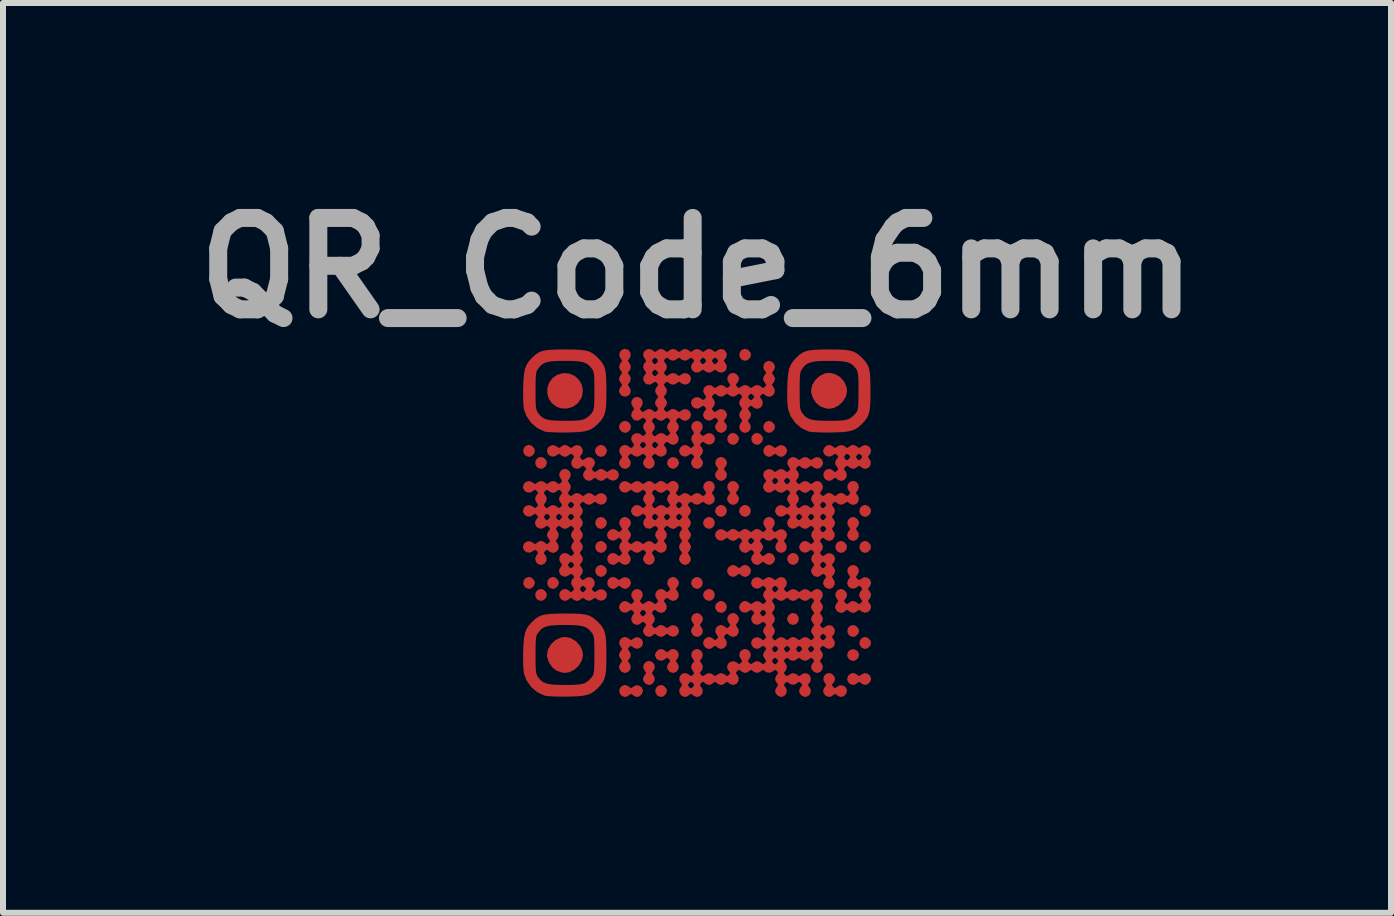
<source format=kicad_pcb>
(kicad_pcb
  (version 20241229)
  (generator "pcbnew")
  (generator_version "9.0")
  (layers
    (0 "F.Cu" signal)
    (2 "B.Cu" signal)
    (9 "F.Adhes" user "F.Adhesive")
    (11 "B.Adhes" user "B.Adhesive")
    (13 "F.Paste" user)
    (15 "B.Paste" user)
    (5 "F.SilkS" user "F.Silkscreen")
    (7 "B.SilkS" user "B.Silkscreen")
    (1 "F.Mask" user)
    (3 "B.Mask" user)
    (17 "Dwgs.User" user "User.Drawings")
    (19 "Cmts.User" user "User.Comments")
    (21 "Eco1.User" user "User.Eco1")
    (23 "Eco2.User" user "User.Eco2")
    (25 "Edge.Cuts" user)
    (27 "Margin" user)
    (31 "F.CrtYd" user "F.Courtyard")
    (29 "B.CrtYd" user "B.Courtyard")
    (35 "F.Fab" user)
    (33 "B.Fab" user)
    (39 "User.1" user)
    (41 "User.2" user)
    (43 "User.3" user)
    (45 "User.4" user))
  (footprint "QR_Code_6mm"
    (layer "F.Cu")
    (at 8.571 5.668)
    (property "Reference" "QR_Code_6mm" (at 0 -4.25 0) (layer "F.Fab") (effects (font (size 1.524 1.524) (thickness 0.3))))
    (attr board_only exclude_from_pos_files exclude_from_bom)
    (fp_poly (pts (xy -2.752 -1.284) (xy -2.714 -1.242) (xy -2.702 -1.201) (xy -2.719 -1.151) (xy -2.761 -1.112) (xy -2.802 -1.101) (xy -2.846 -1.114) (xy -2.871 -1.132) (xy -2.897 -1.182) (xy -2.893 -1.235) (xy -2.863 -1.279) (xy -2.812 -1.301) (xy -2.802 -1.301)) (stroke (width 0) (type solid)) (fill yes) (layer "F.Cu"))
    (fp_poly (pts (xy -2.752 0.918) (xy -2.714 0.96) (xy -2.702 1.001) (xy -2.719 1.051) (xy -2.761 1.089) (xy -2.802 1.101) (xy -2.846 1.087) (xy -2.871 1.069) (xy -2.897 1.02) (xy -2.893 0.966) (xy -2.863 0.923) (xy -2.812 0.901) (xy -2.802 0.901)) (stroke (width 0) (type solid)) (fill yes) (layer "F.Cu"))
    (fp_poly (pts (xy -2.552 -1.084) (xy -2.514 -1.042) (xy -2.502 -1.001) (xy -2.519 -0.951) (xy -2.561 -0.912) (xy -2.602 -0.901) (xy -2.646 -0.914) (xy -2.671 -0.932) (xy -2.697 -0.982) (xy -2.693 -1.035) (xy -2.663 -1.079) (xy -2.612 -1.1) (xy -2.602 -1.101)) (stroke (width 0) (type solid)) (fill yes) (layer "F.Cu"))
    (fp_poly (pts (xy -2.552 1.118) (xy -2.514 1.16) (xy -2.502 1.201) (xy -2.519 1.251) (xy -2.561 1.289) (xy -2.602 1.301) (xy -2.646 1.287) (xy -2.671 1.27) (xy -2.697 1.22) (xy -2.693 1.167) (xy -2.663 1.123) (xy -2.612 1.101) (xy -2.602 1.101)) (stroke (width 0) (type solid)) (fill yes) (layer "F.Cu"))
    (fp_poly (pts (xy -2.352 0.918) (xy -2.313 0.96) (xy -2.302 1.001) (xy -2.319 1.051) (xy -2.361 1.089) (xy -2.402 1.101) (xy -2.446 1.087) (xy -2.471 1.069) (xy -2.497 1.02) (xy -2.493 0.966) (xy -2.462 0.923) (xy -2.412 0.901) (xy -2.402 0.901)) (stroke (width 0) (type solid)) (fill yes) (layer "F.Cu"))
    (fp_poly (pts (xy -1.551 -0.083) (xy -1.513 -0.041) (xy -1.501 0) (xy -1.519 0.05) (xy -1.56 0.088) (xy -1.601 0.1) (xy -1.645 0.087) (xy -1.67 0.069) (xy -1.696 0.019) (xy -1.692 -0.034) (xy -1.662 -0.078) (xy -1.611 -0.1) (xy -1.601 -0.1)) (stroke (width 0) (type solid)) (fill yes) (layer "F.Cu"))
    (fp_poly (pts (xy -1.551 0.318) (xy -1.513 0.359) (xy -1.501 0.4) (xy -1.519 0.451) (xy -1.56 0.489) (xy -1.601 0.5) (xy -1.645 0.487) (xy -1.67 0.469) (xy -1.696 0.419) (xy -1.692 0.366) (xy -1.662 0.322) (xy -1.611 0.301) (xy -1.601 0.3)) (stroke (width 0) (type solid)) (fill yes) (layer "F.Cu"))
    (fp_poly (pts (xy -1.551 0.718) (xy -1.513 0.76) (xy -1.501 0.801) (xy -1.519 0.851) (xy -1.56 0.889) (xy -1.601 0.901) (xy -1.645 0.887) (xy -1.67 0.869) (xy -1.696 0.819) (xy -1.692 0.766) (xy -1.662 0.722) (xy -1.611 0.701) (xy -1.601 0.701)) (stroke (width 0) (type solid)) (fill yes) (layer "F.Cu"))
    (fp_poly (pts (xy -0.55 2.719) (xy -0.512 2.761) (xy -0.5 2.802) (xy -0.518 2.852) (xy -0.56 2.891) (xy -0.6 2.902) (xy -0.645 2.889) (xy -0.669 2.871) (xy -0.696 2.821) (xy -0.691 2.768) (xy -0.661 2.724) (xy -0.61 2.703) (xy -0.6 2.702)) (stroke (width 0) (type solid)) (fill yes) (layer "F.Cu"))
    (fp_poly (pts (xy 0.651 -1.484) (xy 0.689 -1.442) (xy 0.701 -1.401) (xy 0.683 -1.351) (xy 0.641 -1.313) (xy 0.6 -1.301) (xy 0.556 -1.315) (xy 0.532 -1.332) (xy 0.505 -1.382) (xy 0.51 -1.435) (xy 0.54 -1.479) (xy 0.591 -1.501) (xy 0.6 -1.501)) (stroke (width 0) (type solid)) (fill yes) (layer "F.Cu"))
    (fp_poly (pts (xy 0.851 -2.885) (xy 0.889 -2.843) (xy 0.901 -2.802) (xy 0.883 -2.752) (xy 0.842 -2.714) (xy 0.801 -2.702) (xy 0.757 -2.716) (xy 0.732 -2.734) (xy 0.706 -2.783) (xy 0.71 -2.837) (xy 0.74 -2.88) (xy 0.791 -2.902) (xy 0.801 -2.902)) (stroke (width 0) (type solid)) (fill yes) (layer "F.Cu"))
    (fp_poly (pts (xy 1.051 -1.484) (xy 1.089 -1.442) (xy 1.101 -1.401) (xy 1.084 -1.351) (xy 1.042 -1.313) (xy 1.001 -1.301) (xy 0.957 -1.315) (xy 0.932 -1.332) (xy 0.906 -1.382) (xy 0.91 -1.435) (xy 0.94 -1.479) (xy 0.991 -1.501) (xy 1.001 -1.501)) (stroke (width 0) (type solid)) (fill yes) (layer "F.Cu"))
    (fp_poly (pts (xy 1.251 -1.684) (xy 1.289 -1.642) (xy 1.301 -1.601) (xy 1.284 -1.551) (xy 1.242 -1.513) (xy 1.201 -1.501) (xy 1.157 -1.515) (xy 1.132 -1.533) (xy 1.106 -1.582) (xy 1.11 -1.636) (xy 1.14 -1.679) (xy 1.191 -1.701) (xy 1.201 -1.701)) (stroke (width 0) (type solid)) (fill yes) (layer "F.Cu"))
    (fp_poly (pts (xy 2.452 0.318) (xy 2.49 0.359) (xy 2.502 0.4) (xy 2.485 0.451) (xy 2.443 0.489) (xy 2.402 0.5) (xy 2.358 0.487) (xy 2.333 0.469) (xy 2.307 0.419) (xy 2.311 0.366) (xy 2.341 0.322) (xy 2.392 0.301) (xy 2.402 0.3)) (stroke (width 0) (type solid)) (fill yes) (layer "F.Cu"))
    (fp_poly (pts (xy 2.652 1.719) (xy 2.691 1.76) (xy 2.702 1.801) (xy 2.685 1.852) (xy 2.643 1.89) (xy 2.602 1.901) (xy 2.558 1.888) (xy 2.533 1.87) (xy 2.507 1.82) (xy 2.511 1.767) (xy 2.542 1.723) (xy 2.592 1.702) (xy 2.602 1.701)) (stroke (width 0) (type solid)) (fill yes) (layer "F.Cu"))
    (fp_poly (pts (xy 2.852 -0.283) (xy 2.891 -0.241) (xy 2.902 -0.2) (xy 2.885 -0.15) (xy 2.843 -0.112) (xy 2.802 -0.1) (xy 2.758 -0.114) (xy 2.734 -0.132) (xy 2.707 -0.181) (xy 2.712 -0.235) (xy 2.742 -0.278) (xy 2.792 -0.3) (xy 2.802 -0.3)) (stroke (width 0) (type solid)) (fill yes) (layer "F.Cu"))
    (fp_poly (pts (xy 2.852 0.318) (xy 2.891 0.359) (xy 2.902 0.4) (xy 2.885 0.451) (xy 2.843 0.489) (xy 2.802 0.5) (xy 2.758 0.487) (xy 2.734 0.469) (xy 2.707 0.419) (xy 2.712 0.366) (xy 2.742 0.322) (xy 2.792 0.301) (xy 2.802 0.3)) (stroke (width 0) (type solid)) (fill yes) (layer "F.Cu"))
    (fp_poly (pts (xy 2.852 1.919) (xy 2.891 1.961) (xy 2.902 2.002) (xy 2.885 2.052) (xy 2.843 2.09) (xy 2.802 2.102) (xy 2.758 2.088) (xy 2.734 2.07) (xy 2.707 2.02) (xy 2.712 1.967) (xy 2.742 1.923) (xy 2.792 1.902) (xy 2.802 1.901)) (stroke (width 0) (type solid)) (fill yes) (layer "F.Cu"))
    (fp_poly (pts (xy -0.366 -1.091) (xy -0.322 -1.061) (xy -0.301 -1.011) (xy -0.3 -1.001) (xy -0.318 -0.951) (xy -0.359 -0.912) (xy -0.4 -0.901) (xy -0.444 -0.914) (xy -0.469 -0.932) (xy -0.495 -0.974) (xy -0.5 -1.001) (xy -0.487 -1.045) (xy -0.469 -1.069) (xy -0.419 -1.096)) (stroke (width 0) (type solid)) (fill yes) (layer "F.Cu"))
    (fp_poly (pts (xy 0.053 0.917) (xy 0.087 0.958) (xy 0.096 1.011) (xy 0.075 1.062) (xy 0.069 1.069) (xy 0.027 1.095) (xy 0 1.101) (xy -0.044 1.087) (xy -0.069 1.069) (xy -0.094 1.028) (xy -0.1 1.001) (xy -0.087 0.957) (xy -0.069 0.932) (xy -0.027 0.906) (xy 0 0.901)) (stroke (width 0) (type solid)) (fill yes) (layer "F.Cu"))
    (fp_poly (pts (xy 0.254 -0.084) (xy 0.288 -0.043) (xy 0.297 0.01) (xy 0.275 0.061) (xy 0.269 0.069) (xy 0.227 0.094) (xy 0.2 0.1) (xy 0.156 0.087) (xy 0.132 0.069) (xy 0.106 0.027) (xy 0.1 0) (xy 0.114 -0.044) (xy 0.132 -0.069) (xy 0.173 -0.094) (xy 0.2 -0.1)) (stroke (width 0) (type solid)) (fill yes) (layer "F.Cu"))
    (fp_poly (pts (xy 0.254 1.117) (xy 0.288 1.158) (xy 0.297 1.211) (xy 0.275 1.262) (xy 0.269 1.27) (xy 0.227 1.295) (xy 0.2 1.301) (xy 0.156 1.287) (xy 0.132 1.27) (xy 0.106 1.228) (xy 0.1 1.201) (xy 0.114 1.157) (xy 0.132 1.132) (xy 0.173 1.107) (xy 0.2 1.101)) (stroke (width 0) (type solid)) (fill yes) (layer "F.Cu"))
    (fp_poly (pts (xy 0.454 -0.284) (xy 0.488 -0.243) (xy 0.497 -0.19) (xy 0.476 -0.139) (xy 0.469 -0.132) (xy 0.427 -0.106) (xy 0.4 -0.1) (xy 0.356 -0.114) (xy 0.332 -0.132) (xy 0.306 -0.173) (xy 0.3 -0.2) (xy 0.314 -0.244) (xy 0.332 -0.269) (xy 0.374 -0.295) (xy 0.4 -0.3)) (stroke (width 0) (type solid)) (fill yes) (layer "F.Cu"))
    (fp_poly (pts (xy 0.454 1.318) (xy 0.488 1.359) (xy 0.497 1.411) (xy 0.476 1.462) (xy 0.469 1.47) (xy 0.427 1.496) (xy 0.4 1.501) (xy 0.356 1.488) (xy 0.332 1.47) (xy 0.306 1.428) (xy 0.3 1.401) (xy 0.314 1.357) (xy 0.332 1.332) (xy 0.374 1.307) (xy 0.4 1.301)) (stroke (width 0) (type solid)) (fill yes) (layer "F.Cu"))
    (fp_poly (pts (xy 0.854 -0.284) (xy 0.888 -0.243) (xy 0.897 -0.19) (xy 0.876 -0.139) (xy 0.869 -0.132) (xy 0.827 -0.106) (xy 0.801 -0.1) (xy 0.757 -0.114) (xy 0.732 -0.132) (xy 0.706 -0.173) (xy 0.701 -0.2) (xy 0.714 -0.244) (xy 0.732 -0.269) (xy 0.774 -0.295) (xy 0.801 -0.3)) (stroke (width 0) (type solid)) (fill yes) (layer "F.Cu"))
    (fp_poly (pts (xy 1.655 0.517) (xy 1.689 0.558) (xy 1.698 0.61) (xy 1.677 0.662) (xy 1.67 0.669) (xy 1.628 0.695) (xy 1.601 0.701) (xy 1.557 0.687) (xy 1.533 0.669) (xy 1.507 0.627) (xy 1.501 0.6) (xy 1.515 0.556) (xy 1.533 0.532) (xy 1.574 0.506) (xy 1.601 0.5)) (stroke (width 0) (type solid)) (fill yes) (layer "F.Cu"))
    (fp_poly (pts (xy 1.655 1.518) (xy 1.689 1.559) (xy 1.698 1.611) (xy 1.677 1.663) (xy 1.67 1.67) (xy 1.628 1.696) (xy 1.601 1.701) (xy 1.557 1.688) (xy 1.533 1.67) (xy 1.507 1.628) (xy 1.501 1.601) (xy 1.515 1.557) (xy 1.533 1.533) (xy 1.574 1.507) (xy 1.601 1.501)) (stroke (width 0) (type solid)) (fill yes) (layer "F.Cu"))
    (fp_poly (pts (xy 2.663 2.126) (xy 2.671 2.133) (xy 2.696 2.175) (xy 2.702 2.202) (xy 2.689 2.246) (xy 2.671 2.27) (xy 2.629 2.296) (xy 2.602 2.302) (xy 2.558 2.288) (xy 2.533 2.27) (xy 2.508 2.229) (xy 2.502 2.202) (xy 2.519 2.148) (xy 2.56 2.114) (xy 2.612 2.105)) (stroke (width 0) (type solid)) (fill yes) (layer "F.Cu"))
    (fp_poly (pts (xy -1.557 -1.287) (xy -1.533 -1.27) (xy -1.507 -1.228) (xy -1.501 -1.201) (xy -1.515 -1.157) (xy -1.533 -1.132) (xy -1.574 -1.107) (xy -1.601 -1.101) (xy -1.645 -1.114) (xy -1.67 -1.132) (xy -1.696 -1.174) (xy -1.701 -1.201) (xy -1.688 -1.245) (xy -1.67 -1.27) (xy -1.628 -1.295) (xy -1.601 -1.301)) (stroke (width 0) (type solid)) (fill yes) (layer "F.Cu"))
    (fp_poly (pts (xy -1.157 -1.688) (xy -1.132 -1.67) (xy -1.107 -1.628) (xy -1.101 -1.601) (xy -1.114 -1.557) (xy -1.132 -1.533) (xy -1.174 -1.507) (xy -1.201 -1.501) (xy -1.245 -1.515) (xy -1.27 -1.533) (xy -1.295 -1.574) (xy -1.301 -1.601) (xy -1.287 -1.645) (xy -1.27 -1.67) (xy -1.228 -1.696) (xy -1.201 -1.701)) (stroke (width 0) (type solid)) (fill yes) (layer "F.Cu"))
    (fp_poly (pts (xy -2.13 -2.491) (xy -2.041 -2.452) (xy -1.97 -2.388) (xy -1.922 -2.306) (xy -1.903 -2.211) (xy -1.917 -2.112) (xy -1.932 -2.074) (xy -1.991 -1.992) (xy -2.073 -1.935) (xy -2.17 -1.907) (xy -2.269 -1.91) (xy -2.337 -1.934) (xy -2.42 -1.995) (xy -2.473 -2.074) (xy -2.497 -2.162) (xy -2.494 -2.253) (xy -2.464 -2.34) (xy -2.41 -2.414) (xy -2.332 -2.469) (xy -2.233 -2.497)) (stroke (width 0) (type solid)) (fill yes) (layer "F.Cu"))
    (fp_poly (pts (xy -2.106 1.92) (xy -2.021 1.971) (xy -1.953 2.045) (xy -1.911 2.134) (xy -1.901 2.203) (xy -1.92 2.293) (xy -1.97 2.377) (xy -2.042 2.445) (xy -2.128 2.489) (xy -2.204 2.501) (xy -2.267 2.491) (xy -2.335 2.466) (xy -2.347 2.461) (xy -2.417 2.404) (xy -2.471 2.322) (xy -2.5 2.232) (xy -2.502 2.202) (xy -2.483 2.107) (xy -2.433 2.021) (xy -2.359 1.953) (xy -2.27 1.911) (xy -2.202 1.901)) (stroke (width 0) (type solid)) (fill yes) (layer "F.Cu"))
    (fp_poly (pts (xy 2.297 -2.483) (xy 2.383 -2.433) (xy 2.45 -2.359) (xy 2.492 -2.269) (xy 2.502 -2.2) (xy 2.483 -2.11) (xy 2.434 -2.027) (xy 2.362 -1.959) (xy 2.276 -1.915) (xy 2.199 -1.902) (xy 2.136 -1.913) (xy 2.068 -1.937) (xy 2.057 -1.943) (xy 1.986 -2) (xy 1.932 -2.081) (xy 1.904 -2.171) (xy 1.901 -2.202) (xy 1.92 -2.297) (xy 1.971 -2.382) (xy 2.044 -2.45) (xy 2.134 -2.492) (xy 2.202 -2.502)) (stroke (width 0) (type solid)) (fill yes) (layer "F.Cu"))
    (fp_poly (pts (xy -1.357 0.914) (xy -1.332 0.932) (xy -1.305 0.953) (xy -1.281 0.943) (xy -1.27 0.932) (xy -1.22 0.906) (xy -1.167 0.91) (xy -1.123 0.94) (xy -1.101 0.991) (xy -1.101 1.001) (xy -1.118 1.051) (xy -1.16 1.089) (xy -1.201 1.101) (xy -1.245 1.087) (xy -1.27 1.069) (xy -1.297 1.048) (xy -1.321 1.059) (xy -1.332 1.069) (xy -1.374 1.095) (xy -1.401 1.101) (xy -1.445 1.087) (xy -1.47 1.069) (xy -1.496 1.02) (xy -1.492 0.966) (xy -1.462 0.923) (xy -1.411 0.901) (xy -1.401 0.901)) (stroke (width 0) (type solid)) (fill yes) (layer "F.Cu"))
    (fp_poly (pts (xy -1.157 2.716) (xy -1.132 2.734) (xy -1.105 2.755) (xy -1.081 2.744) (xy -1.069 2.734) (xy -1.02 2.707) (xy -0.966 2.712) (xy -0.923 2.742) (xy -0.901 2.792) (xy -0.901 2.802) (xy -0.918 2.852) (xy -0.96 2.891) (xy -1.001 2.902) (xy -1.045 2.889) (xy -1.069 2.871) (xy -1.097 2.85) (xy -1.121 2.86) (xy -1.132 2.871) (xy -1.174 2.897) (xy -1.201 2.902) (xy -1.245 2.889) (xy -1.27 2.871) (xy -1.296 2.821) (xy -1.292 2.768) (xy -1.261 2.724) (xy -1.211 2.703) (xy -1.201 2.702)) (stroke (width 0) (type solid)) (fill yes) (layer "F.Cu"))
    (fp_poly (pts (xy -0.747 2.318) (xy -0.713 2.359) (xy -0.704 2.412) (xy -0.725 2.463) (xy -0.732 2.471) (xy -0.753 2.498) (xy -0.743 2.522) (xy -0.732 2.533) (xy -0.706 2.583) (xy -0.71 2.636) (xy -0.74 2.68) (xy -0.791 2.702) (xy -0.801 2.702) (xy -0.845 2.689) (xy -0.869 2.671) (xy -0.895 2.629) (xy -0.901 2.602) (xy -0.887 2.558) (xy -0.869 2.533) (xy -0.848 2.506) (xy -0.859 2.482) (xy -0.869 2.471) (xy -0.896 2.421) (xy -0.891 2.368) (xy -0.861 2.324) (xy -0.811 2.302) (xy -0.801 2.302)) (stroke (width 0) (type solid)) (fill yes) (layer "F.Cu"))
    (fp_poly (pts (xy 0.05 1.519) (xy 0.088 1.56) (xy 0.1 1.601) (xy 0.087 1.645) (xy 0.069 1.67) (xy 0.048 1.698) (xy 0.058 1.722) (xy 0.069 1.733) (xy 0.097 1.786) (xy 0.089 1.842) (xy 0.069 1.87) (xy 0.027 1.896) (xy 0 1.901) (xy -0.044 1.888) (xy -0.069 1.87) (xy -0.094 1.828) (xy -0.1 1.801) (xy -0.087 1.757) (xy -0.069 1.733) (xy -0.048 1.705) (xy -0.058 1.681) (xy -0.069 1.67) (xy -0.095 1.62) (xy -0.091 1.567) (xy -0.061 1.523) (xy -0.01 1.502) (xy 0 1.501)) (stroke (width 0) (type solid)) (fill yes) (layer "F.Cu"))
    (fp_poly (pts (xy 1.245 -1.287) (xy 1.27 -1.27) (xy 1.297 -1.249) (xy 1.321 -1.259) (xy 1.332 -1.27) (xy 1.382 -1.296) (xy 1.435 -1.292) (xy 1.479 -1.261) (xy 1.501 -1.211) (xy 1.501 -1.201) (xy 1.484 -1.151) (xy 1.442 -1.112) (xy 1.401 -1.101) (xy 1.357 -1.114) (xy 1.332 -1.132) (xy 1.305 -1.153) (xy 1.281 -1.143) (xy 1.27 -1.132) (xy 1.228 -1.107) (xy 1.201 -1.101) (xy 1.157 -1.114) (xy 1.132 -1.132) (xy 1.106 -1.182) (xy 1.11 -1.235) (xy 1.14 -1.279) (xy 1.191 -1.301) (xy 1.201 -1.301)) (stroke (width 0) (type solid)) (fill yes) (layer "F.Cu"))
    (fp_poly (pts (xy 2.652 -0.083) (xy 2.691 -0.041) (xy 2.702 0) (xy 2.689 0.044) (xy 2.671 0.069) (xy 2.65 0.096) (xy 2.66 0.12) (xy 2.671 0.132) (xy 2.697 0.181) (xy 2.693 0.235) (xy 2.663 0.278) (xy 2.612 0.3) (xy 2.602 0.3) (xy 2.558 0.287) (xy 2.533 0.269) (xy 2.508 0.227) (xy 2.502 0.2) (xy 2.516 0.156) (xy 2.533 0.132) (xy 2.554 0.104) (xy 2.544 0.08) (xy 2.533 0.069) (xy 2.507 0.019) (xy 2.511 -0.034) (xy 2.542 -0.078) (xy 2.592 -0.1) (xy 2.602 -0.1)) (stroke (width 0) (type solid)) (fill yes) (layer "F.Cu"))
    (fp_poly (pts (xy 0.451 -1.084) (xy 0.489 -1.042) (xy 0.5 -1.001) (xy 0.487 -0.957) (xy 0.469 -0.932) (xy 0.448 -0.904) (xy 0.458 -0.88) (xy 0.469 -0.869) (xy 0.495 -0.827) (xy 0.5 -0.801) (xy 0.487 -0.757) (xy 0.469 -0.732) (xy 0.427 -0.706) (xy 0.4 -0.701) (xy 0.356 -0.714) (xy 0.332 -0.732) (xy 0.306 -0.774) (xy 0.3 -0.801) (xy 0.314 -0.845) (xy 0.332 -0.869) (xy 0.353 -0.897) (xy 0.342 -0.921) (xy 0.332 -0.932) (xy 0.305 -0.982) (xy 0.31 -1.035) (xy 0.34 -1.079) (xy 0.39 -1.1) (xy 0.4 -1.101)) (stroke (width 0) (type solid)) (fill yes) (layer "F.Cu"))
    (fp_poly (pts (xy 0.651 -0.683) (xy 0.689 -0.641) (xy 0.701 -0.6) (xy 0.687 -0.556) (xy 0.669 -0.532) (xy 0.648 -0.504) (xy 0.658 -0.48) (xy 0.669 -0.469) (xy 0.695 -0.427) (xy 0.701 -0.4) (xy 0.687 -0.356) (xy 0.669 -0.332) (xy 0.627 -0.306) (xy 0.6 -0.3) (xy 0.556 -0.314) (xy 0.532 -0.332) (xy 0.506 -0.374) (xy 0.5 -0.4) (xy 0.514 -0.444) (xy 0.532 -0.469) (xy 0.553 -0.497) (xy 0.543 -0.521) (xy 0.532 -0.532) (xy 0.505 -0.582) (xy 0.51 -0.635) (xy 0.54 -0.679) (xy 0.591 -0.7) (xy 0.6 -0.701)) (stroke (width 0) (type solid)) (fill yes) (layer "F.Cu"))
    (fp_poly (pts (xy 2.646 2.516) (xy 2.671 2.533) (xy 2.698 2.554) (xy 2.722 2.544) (xy 2.734 2.533) (xy 2.783 2.507) (xy 2.837 2.511) (xy 2.88 2.542) (xy 2.902 2.592) (xy 2.902 2.602) (xy 2.885 2.652) (xy 2.843 2.691) (xy 2.802 2.702) (xy 2.758 2.689) (xy 2.734 2.671) (xy 2.706 2.65) (xy 2.682 2.66) (xy 2.671 2.671) (xy 2.629 2.696) (xy 2.602 2.702) (xy 2.558 2.689) (xy 2.533 2.671) (xy 2.508 2.629) (xy 2.502 2.602) (xy 2.516 2.558) (xy 2.533 2.533) (xy 2.575 2.508) (xy 2.602 2.502)) (stroke (width 0) (type solid)) (fill yes) (layer "F.Cu"))
    (fp_poly (pts (xy 0.845 0.714) (xy 0.869 0.732) (xy 0.895 0.774) (xy 0.901 0.801) (xy 0.887 0.845) (xy 0.869 0.869) (xy 0.827 0.895) (xy 0.801 0.901) (xy 0.757 0.887) (xy 0.732 0.869) (xy 0.704 0.848) (xy 0.68 0.859) (xy 0.669 0.869) (xy 0.627 0.895) (xy 0.6 0.901) (xy 0.556 0.887) (xy 0.532 0.869) (xy 0.506 0.827) (xy 0.5 0.801) (xy 0.514 0.757) (xy 0.532 0.732) (xy 0.574 0.706) (xy 0.6 0.701) (xy 0.645 0.714) (xy 0.669 0.732) (xy 0.697 0.753) (xy 0.721 0.743) (xy 0.732 0.732) (xy 0.774 0.706) (xy 0.801 0.701)) (stroke (width 0) (type solid)) (fill yes) (layer "F.Cu"))
    (fp_poly (pts (xy -0.347 2.118) (xy -0.313 2.159) (xy -0.304 2.212) (xy -0.325 2.263) (xy -0.332 2.27) (xy -0.353 2.298) (xy -0.342 2.322) (xy -0.332 2.333) (xy -0.305 2.383) (xy -0.31 2.436) (xy -0.34 2.48) (xy -0.39 2.501) (xy -0.4 2.502) (xy -0.444 2.488) (xy -0.469 2.471) (xy -0.495 2.429) (xy -0.5 2.402) (xy -0.487 2.358) (xy -0.469 2.333) (xy -0.448 2.306) (xy -0.458 2.282) (xy -0.469 2.27) (xy -0.497 2.249) (xy -0.521 2.26) (xy -0.532 2.27) (xy -0.582 2.297) (xy -0.635 2.292) (xy -0.679 2.262) (xy -0.7 2.212) (xy -0.701 2.202) (xy -0.683 2.152) (xy -0.641 2.113) (xy -0.6 2.102) (xy -0.556 2.115) (xy -0.532 2.133) (xy -0.504 2.154) (xy -0.48 2.144) (xy -0.469 2.133) (xy -0.427 2.107) (xy -0.4 2.102)) (stroke (width 0) (type solid)) (fill yes) (layer "F.Cu"))
    (fp_poly (pts (xy 2.252 2.519) (xy 2.29 2.561) (xy 2.302 2.602) (xy 2.288 2.646) (xy 2.27 2.671) (xy 2.249 2.698) (xy 2.26 2.722) (xy 2.27 2.734) (xy 2.298 2.755) (xy 2.322 2.744) (xy 2.333 2.734) (xy 2.383 2.707) (xy 2.436 2.712) (xy 2.48 2.742) (xy 2.501 2.792) (xy 2.502 2.802) (xy 2.485 2.852) (xy 2.443 2.891) (xy 2.402 2.902) (xy 2.358 2.889) (xy 2.333 2.871) (xy 2.306 2.85) (xy 2.282 2.86) (xy 2.27 2.871) (xy 2.229 2.897) (xy 2.202 2.902) (xy 2.158 2.889) (xy 2.133 2.871) (xy 2.107 2.829) (xy 2.102 2.802) (xy 2.115 2.758) (xy 2.133 2.734) (xy 2.154 2.706) (xy 2.144 2.682) (xy 2.133 2.671) (xy 2.107 2.621) (xy 2.111 2.568) (xy 2.141 2.524) (xy 2.192 2.502) (xy 2.202 2.502)) (stroke (width 0) (type solid)) (fill yes) (layer "F.Cu"))
    (fp_poly (pts (xy -1.147 -2.886) (xy -1.114 -2.845) (xy -1.105 -2.792) (xy -1.126 -2.741) (xy -1.132 -2.734) (xy -1.153 -2.706) (xy -1.143 -2.682) (xy -1.132 -2.671) (xy -1.104 -2.618) (xy -1.112 -2.562) (xy -1.132 -2.533) (xy -1.153 -2.506) (xy -1.143 -2.482) (xy -1.132 -2.471) (xy -1.104 -2.418) (xy -1.112 -2.361) (xy -1.132 -2.333) (xy -1.153 -2.306) (xy -1.143 -2.282) (xy -1.132 -2.27) (xy -1.104 -2.217) (xy -1.112 -2.161) (xy -1.132 -2.133) (xy -1.185 -2.104) (xy -1.241 -2.113) (xy -1.27 -2.133) (xy -1.295 -2.175) (xy -1.301 -2.202) (xy -1.287 -2.246) (xy -1.27 -2.27) (xy -1.249 -2.298) (xy -1.259 -2.322) (xy -1.27 -2.333) (xy -1.295 -2.375) (xy -1.301 -2.402) (xy -1.287 -2.446) (xy -1.27 -2.471) (xy -1.249 -2.498) (xy -1.259 -2.522) (xy -1.27 -2.533) (xy -1.298 -2.586) (xy -1.29 -2.643) (xy -1.27 -2.671) (xy -1.249 -2.698) (xy -1.259 -2.722) (xy -1.27 -2.734) (xy -1.296 -2.783) (xy -1.292 -2.837) (xy -1.261 -2.88) (xy -1.211 -2.902) (xy -1.201 -2.902)) (stroke (width 0) (type solid)) (fill yes) (layer "F.Cu"))
    (fp_poly (pts (xy -1.157 1.915) (xy -1.132 1.933) (xy -1.105 1.954) (xy -1.081 1.944) (xy -1.069 1.933) (xy -1.02 1.906) (xy -0.966 1.911) (xy -0.923 1.941) (xy -0.901 1.992) (xy -0.901 2.002) (xy -0.917 2.055) (xy -0.958 2.089) (xy -1.011 2.098) (xy -1.062 2.077) (xy -1.069 2.07) (xy -1.097 2.049) (xy -1.121 2.059) (xy -1.132 2.07) (xy -1.153 2.098) (xy -1.143 2.122) (xy -1.132 2.133) (xy -1.104 2.186) (xy -1.112 2.242) (xy -1.132 2.27) (xy -1.153 2.298) (xy -1.143 2.322) (xy -1.132 2.333) (xy -1.106 2.383) (xy -1.11 2.436) (xy -1.14 2.48) (xy -1.191 2.501) (xy -1.201 2.502) (xy -1.245 2.488) (xy -1.27 2.471) (xy -1.295 2.429) (xy -1.301 2.402) (xy -1.287 2.358) (xy -1.27 2.333) (xy -1.249 2.306) (xy -1.259 2.282) (xy -1.27 2.27) (xy -1.295 2.229) (xy -1.301 2.202) (xy -1.287 2.158) (xy -1.27 2.133) (xy -1.249 2.105) (xy -1.259 2.081) (xy -1.27 2.07) (xy -1.296 2.02) (xy -1.292 1.967) (xy -1.261 1.923) (xy -1.211 1.902) (xy -1.201 1.901)) (stroke (width 0) (type solid)) (fill yes) (layer "F.Cu"))
    (fp_poly (pts (xy 0.651 1.519) (xy 0.689 1.56) (xy 0.701 1.601) (xy 0.687 1.645) (xy 0.669 1.67) (xy 0.648 1.698) (xy 0.658 1.722) (xy 0.669 1.733) (xy 0.696 1.783) (xy 0.691 1.836) (xy 0.661 1.88) (xy 0.61 1.901) (xy 0.6 1.901) (xy 0.556 1.888) (xy 0.532 1.87) (xy 0.504 1.849) (xy 0.48 1.859) (xy 0.469 1.87) (xy 0.448 1.898) (xy 0.458 1.922) (xy 0.469 1.933) (xy 0.498 1.986) (xy 0.489 2.042) (xy 0.469 2.07) (xy 0.427 2.096) (xy 0.4 2.102) (xy 0.356 2.088) (xy 0.332 2.07) (xy 0.304 2.049) (xy 0.28 2.059) (xy 0.269 2.07) (xy 0.227 2.096) (xy 0.2 2.102) (xy 0.156 2.088) (xy 0.132 2.07) (xy 0.106 2.028) (xy 0.1 2.002) (xy 0.114 1.958) (xy 0.132 1.933) (xy 0.173 1.907) (xy 0.2 1.901) (xy 0.244 1.915) (xy 0.269 1.933) (xy 0.296 1.954) (xy 0.32 1.944) (xy 0.332 1.933) (xy 0.353 1.905) (xy 0.342 1.881) (xy 0.332 1.87) (xy 0.305 1.82) (xy 0.31 1.767) (xy 0.34 1.723) (xy 0.39 1.702) (xy 0.4 1.701) (xy 0.444 1.715) (xy 0.469 1.733) (xy 0.497 1.754) (xy 0.521 1.744) (xy 0.532 1.733) (xy 0.553 1.705) (xy 0.543 1.681) (xy 0.532 1.67) (xy 0.505 1.62) (xy 0.51 1.567) (xy 0.54 1.523) (xy 0.591 1.502) (xy 0.6 1.501)) (stroke (width 0) (type solid)) (fill yes) (layer "F.Cu"))
    (fp_poly (pts (xy 0.053 -1.685) (xy 0.087 -1.644) (xy 0.096 -1.591) (xy 0.075 -1.54) (xy 0.069 -1.533) (xy 0.048 -1.505) (xy 0.058 -1.481) (xy 0.069 -1.47) (xy 0.096 -1.449) (xy 0.12 -1.459) (xy 0.132 -1.47) (xy 0.181 -1.496) (xy 0.235 -1.492) (xy 0.278 -1.462) (xy 0.3 -1.411) (xy 0.3 -1.401) (xy 0.284 -1.348) (xy 0.243 -1.314) (xy 0.19 -1.305) (xy 0.139 -1.326) (xy 0.132 -1.332) (xy 0.104 -1.353) (xy 0.08 -1.343) (xy 0.069 -1.332) (xy 0.048 -1.305) (xy 0.058 -1.281) (xy 0.069 -1.27) (xy 0.094 -1.228) (xy 0.1 -1.201) (xy 0.087 -1.157) (xy 0.069 -1.132) (xy 0.048 -1.105) (xy 0.058 -1.081) (xy 0.069 -1.069) (xy 0.094 -1.028) (xy 0.1 -1.001) (xy 0.087 -0.957) (xy 0.069 -0.932) (xy 0.027 -0.906) (xy 0 -0.901) (xy -0.044 -0.914) (xy -0.069 -0.932) (xy -0.094 -0.974) (xy -0.1 -1.001) (xy -0.087 -1.045) (xy -0.069 -1.069) (xy -0.048 -1.097) (xy -0.058 -1.121) (xy -0.069 -1.132) (xy -0.096 -1.153) (xy -0.12 -1.143) (xy -0.132 -1.132) (xy -0.181 -1.106) (xy -0.235 -1.11) (xy -0.278 -1.14) (xy -0.3 -1.191) (xy -0.3 -1.201) (xy -0.283 -1.251) (xy -0.241 -1.289) (xy -0.2 -1.301) (xy -0.156 -1.287) (xy -0.132 -1.27) (xy -0.104 -1.249) (xy -0.08 -1.259) (xy -0.069 -1.27) (xy -0.048 -1.297) (xy -0.058 -1.321) (xy -0.069 -1.332) (xy -0.097 -1.385) (xy -0.089 -1.442) (xy -0.069 -1.47) (xy -0.048 -1.497) (xy -0.058 -1.521) (xy -0.069 -1.533) (xy -0.095 -1.582) (xy -0.091 -1.636) (xy -0.061 -1.679) (xy -0.01 -1.701) (xy 0 -1.701)) (stroke (width 0) (type solid)) (fill yes) (layer "F.Cu"))
    (fp_poly (pts (xy -2.158 -1.287) (xy -2.133 -1.27) (xy -2.105 -1.249) (xy -2.081 -1.259) (xy -2.07 -1.27) (xy -2.017 -1.298) (xy -1.961 -1.29) (xy -1.933 -1.27) (xy -1.904 -1.217) (xy -1.912 -1.16) (xy -1.933 -1.132) (xy -1.954 -1.105) (xy -1.944 -1.081) (xy -1.933 -1.069) (xy -1.905 -1.048) (xy -1.881 -1.059) (xy -1.87 -1.069) (xy -1.82 -1.096) (xy -1.767 -1.091) (xy -1.723 -1.061) (xy -1.702 -1.011) (xy -1.701 -1.001) (xy -1.715 -0.957) (xy -1.733 -0.932) (xy -1.754 -0.904) (xy -1.744 -0.88) (xy -1.733 -0.869) (xy -1.705 -0.848) (xy -1.681 -0.859) (xy -1.67 -0.869) (xy -1.628 -0.895) (xy -1.601 -0.901) (xy -1.557 -0.887) (xy -1.533 -0.869) (xy -1.505 -0.848) (xy -1.481 -0.859) (xy -1.47 -0.869) (xy -1.42 -0.896) (xy -1.367 -0.891) (xy -1.323 -0.861) (xy -1.302 -0.811) (xy -1.301 -0.801) (xy -1.318 -0.747) (xy -1.359 -0.713) (xy -1.411 -0.704) (xy -1.462 -0.725) (xy -1.47 -0.732) (xy -1.497 -0.753) (xy -1.521 -0.743) (xy -1.533 -0.732) (xy -1.574 -0.706) (xy -1.601 -0.701) (xy -1.645 -0.714) (xy -1.67 -0.732) (xy -1.698 -0.753) (xy -1.722 -0.743) (xy -1.733 -0.732) (xy -1.775 -0.706) (xy -1.801 -0.701) (xy -1.845 -0.714) (xy -1.87 -0.732) (xy -1.896 -0.774) (xy -1.901 -0.801) (xy -1.888 -0.845) (xy -1.87 -0.869) (xy -1.849 -0.897) (xy -1.859 -0.921) (xy -1.87 -0.932) (xy -1.898 -0.953) (xy -1.922 -0.943) (xy -1.933 -0.932) (xy -1.975 -0.906) (xy -2.002 -0.901) (xy -2.055 -0.917) (xy -2.089 -0.958) (xy -2.098 -1.011) (xy -2.077 -1.062) (xy -2.07 -1.069) (xy -2.049 -1.097) (xy -2.059 -1.121) (xy -2.07 -1.132) (xy -2.098 -1.153) (xy -2.122 -1.143) (xy -2.133 -1.132) (xy -2.175 -1.107) (xy -2.202 -1.101) (xy -2.246 -1.114) (xy -2.27 -1.132) (xy -2.298 -1.153) (xy -2.322 -1.143) (xy -2.333 -1.132) (xy -2.383 -1.106) (xy -2.436 -1.11) (xy -2.48 -1.14) (xy -2.501 -1.191) (xy -2.502 -1.201) (xy -2.485 -1.254) (xy -2.444 -1.288) (xy -2.392 -1.297) (xy -2.341 -1.276) (xy -2.333 -1.27) (xy -2.306 -1.249) (xy -2.282 -1.259) (xy -2.27 -1.27) (xy -2.229 -1.295) (xy -2.202 -1.301)) (stroke (width 0) (type solid)) (fill yes) (layer "F.Cu"))
    (fp_poly (pts (xy 2.656 0.717) (xy 2.689 0.758) (xy 2.698 0.811) (xy 2.677 0.862) (xy 2.671 0.869) (xy 2.65 0.897) (xy 2.66 0.921) (xy 2.671 0.932) (xy 2.698 0.953) (xy 2.722 0.943) (xy 2.734 0.932) (xy 2.783 0.906) (xy 2.837 0.91) (xy 2.88 0.94) (xy 2.902 0.991) (xy 2.902 1.001) (xy 2.889 1.045) (xy 2.871 1.069) (xy 2.85 1.097) (xy 2.86 1.121) (xy 2.871 1.132) (xy 2.897 1.174) (xy 2.902 1.201) (xy 2.889 1.245) (xy 2.871 1.27) (xy 2.85 1.297) (xy 2.86 1.321) (xy 2.871 1.332) (xy 2.897 1.374) (xy 2.902 1.401) (xy 2.886 1.455) (xy 2.845 1.488) (xy 2.792 1.497) (xy 2.741 1.476) (xy 2.734 1.47) (xy 2.706 1.449) (xy 2.682 1.459) (xy 2.671 1.47) (xy 2.629 1.496) (xy 2.602 1.501) (xy 2.558 1.488) (xy 2.533 1.47) (xy 2.506 1.449) (xy 2.482 1.459) (xy 2.471 1.47) (xy 2.429 1.496) (xy 2.402 1.501) (xy 2.358 1.488) (xy 2.333 1.47) (xy 2.307 1.428) (xy 2.302 1.401) (xy 2.315 1.357) (xy 2.333 1.332) (xy 2.354 1.305) (xy 2.344 1.281) (xy 2.333 1.27) (xy 2.307 1.22) (xy 2.311 1.167) (xy 2.341 1.123) (xy 2.392 1.101) (xy 2.402 1.101) (xy 2.452 1.118) (xy 2.49 1.16) (xy 2.502 1.201) (xy 2.488 1.245) (xy 2.471 1.27) (xy 2.45 1.297) (xy 2.46 1.321) (xy 2.471 1.332) (xy 2.498 1.353) (xy 2.522 1.343) (xy 2.533 1.332) (xy 2.575 1.307) (xy 2.602 1.301) (xy 2.646 1.315) (xy 2.671 1.332) (xy 2.698 1.353) (xy 2.722 1.343) (xy 2.734 1.332) (xy 2.755 1.305) (xy 2.744 1.281) (xy 2.734 1.27) (xy 2.708 1.228) (xy 2.702 1.201) (xy 2.716 1.157) (xy 2.734 1.132) (xy 2.755 1.105) (xy 2.744 1.081) (xy 2.734 1.069) (xy 2.706 1.048) (xy 2.682 1.059) (xy 2.671 1.069) (xy 2.621 1.096) (xy 2.568 1.091) (xy 2.524 1.061) (xy 2.502 1.011) (xy 2.502 1.001) (xy 2.516 0.957) (xy 2.533 0.932) (xy 2.554 0.904) (xy 2.544 0.88) (xy 2.533 0.869) (xy 2.507 0.819) (xy 2.511 0.766) (xy 2.542 0.722) (xy 2.592 0.701) (xy 2.602 0.701)) (stroke (width 0) (type solid)) (fill yes) (layer "F.Cu"))
    (fp_poly (pts (xy -2.059 -2.891) (xy -1.949 -2.886) (xy -1.865 -2.875) (xy -1.799 -2.857) (xy -1.745 -2.83) (xy -1.695 -2.792) (xy -1.652 -2.752) (xy -1.603 -2.699) (xy -1.567 -2.649) (xy -1.542 -2.593) (xy -1.525 -2.524) (xy -1.516 -2.435) (xy -1.512 -2.32) (xy -1.511 -2.202) (xy -1.512 -2.059) (xy -1.517 -1.949) (xy -1.528 -1.865) (xy -1.546 -1.799) (xy -1.573 -1.745) (xy -1.612 -1.695) (xy -1.652 -1.652) (xy -1.707 -1.602) (xy -1.761 -1.565) (xy -1.822 -1.539) (xy -1.897 -1.523) (xy -1.995 -1.513) (xy -2.122 -1.508) (xy -2.172 -1.507) (xy -2.283 -1.507) (xy -2.385 -1.51) (xy -2.47 -1.514) (xy -2.526 -1.52) (xy -2.539 -1.523) (xy -2.663 -1.58) (xy -2.766 -1.669) (xy -2.844 -1.782) (xy -2.884 -1.888) (xy -2.893 -1.95) (xy -2.898 -2.042) (xy -2.9 -2.157) (xy -2.9 -2.202) (xy -2.692 -2.202) (xy -2.692 -2.083) (xy -2.69 -1.996) (xy -2.686 -1.936) (xy -2.679 -1.894) (xy -2.668 -1.863) (xy -2.653 -1.837) (xy -2.648 -1.829) (xy -2.608 -1.782) (xy -2.564 -1.748) (xy -2.506 -1.724) (xy -2.43 -1.71) (xy -2.326 -1.704) (xy -2.205 -1.702) (xy -2.083 -1.703) (xy -1.994 -1.707) (xy -1.93 -1.715) (xy -1.884 -1.728) (xy -1.869 -1.734) (xy -1.809 -1.774) (xy -1.758 -1.826) (xy -1.756 -1.829) (xy -1.739 -1.855) (xy -1.727 -1.884) (xy -1.719 -1.922) (xy -1.714 -1.977) (xy -1.712 -2.055) (xy -1.711 -2.165) (xy -1.711 -2.202) (xy -1.712 -2.321) (xy -1.713 -2.407) (xy -1.717 -2.468) (xy -1.724 -2.51) (xy -1.735 -2.54) (xy -1.751 -2.567) (xy -1.756 -2.575) (xy -1.796 -2.622) (xy -1.843 -2.657) (xy -1.903 -2.68) (xy -1.983 -2.694) (xy -2.09 -2.701) (xy -2.202 -2.702) (xy -2.336 -2.7) (xy -2.438 -2.692) (xy -2.514 -2.677) (xy -2.57 -2.651) (xy -2.615 -2.614) (xy -2.647 -2.575) (xy -2.665 -2.548) (xy -2.677 -2.519) (xy -2.685 -2.481) (xy -2.689 -2.426) (xy -2.691 -2.348) (xy -2.692 -2.239) (xy -2.692 -2.202) (xy -2.9 -2.202) (xy -2.899 -2.255) (xy -2.893 -2.392) (xy -2.883 -2.496) (xy -2.865 -2.577) (xy -2.839 -2.642) (xy -2.8 -2.699) (xy -2.752 -2.752) (xy -2.699 -2.8) (xy -2.649 -2.836) (xy -2.593 -2.862) (xy -2.524 -2.878) (xy -2.435 -2.887) (xy -2.32 -2.891) (xy -2.202 -2.892)) (stroke (width 0) (type solid)) (fill yes) (layer "F.Cu"))
    (fp_poly (pts (xy -2.059 1.512) (xy -1.949 1.517) (xy -1.865 1.528) (xy -1.799 1.546) (xy -1.745 1.573) (xy -1.695 1.612) (xy -1.652 1.652) (xy -1.603 1.704) (xy -1.567 1.755) (xy -1.542 1.811) (xy -1.525 1.88) (xy -1.516 1.968) (xy -1.512 2.083) (xy -1.511 2.202) (xy -1.512 2.344) (xy -1.517 2.454) (xy -1.528 2.538) (xy -1.546 2.604) (xy -1.573 2.658) (xy -1.612 2.709) (xy -1.652 2.751) (xy -1.707 2.802) (xy -1.761 2.839) (xy -1.822 2.864) (xy -1.897 2.881) (xy -1.995 2.891) (xy -2.122 2.895) (xy -2.172 2.896) (xy -2.283 2.896) (xy -2.385 2.894) (xy -2.47 2.889) (xy -2.526 2.883) (xy -2.539 2.88) (xy -2.663 2.823) (xy -2.766 2.735) (xy -2.844 2.622) (xy -2.884 2.515) (xy -2.893 2.454) (xy -2.898 2.361) (xy -2.9 2.246) (xy -2.9 2.202) (xy -2.692 2.202) (xy -2.692 2.321) (xy -2.69 2.407) (xy -2.686 2.468) (xy -2.679 2.51) (xy -2.668 2.541) (xy -2.653 2.567) (xy -2.648 2.574) (xy -2.608 2.622) (xy -2.564 2.656) (xy -2.506 2.679) (xy -2.43 2.693) (xy -2.326 2.7) (xy -2.205 2.702) (xy -2.083 2.701) (xy -1.994 2.696) (xy -1.93 2.688) (xy -1.884 2.676) (xy -1.869 2.67) (xy -1.809 2.63) (xy -1.758 2.577) (xy -1.756 2.575) (xy -1.739 2.548) (xy -1.727 2.519) (xy -1.719 2.481) (xy -1.714 2.426) (xy -1.712 2.348) (xy -1.711 2.239) (xy -1.711 2.202) (xy -1.712 2.083) (xy -1.713 1.996) (xy -1.717 1.936) (xy -1.724 1.894) (xy -1.735 1.863) (xy -1.751 1.837) (xy -1.756 1.829) (xy -1.796 1.781) (xy -1.843 1.747) (xy -1.903 1.723) (xy -1.983 1.709) (xy -2.09 1.703) (xy -2.202 1.701) (xy -2.336 1.704) (xy -2.438 1.711) (xy -2.514 1.727) (xy -2.57 1.752) (xy -2.615 1.789) (xy -2.647 1.829) (xy -2.665 1.855) (xy -2.677 1.884) (xy -2.685 1.922) (xy -2.689 1.977) (xy -2.691 2.055) (xy -2.692 2.165) (xy -2.692 2.202) (xy -2.9 2.202) (xy -2.899 2.148) (xy -2.893 2.012) (xy -2.883 1.907) (xy -2.865 1.827) (xy -2.839 1.762) (xy -2.8 1.705) (xy -2.752 1.652) (xy -2.699 1.603) (xy -2.649 1.567) (xy -2.593 1.542) (xy -2.524 1.525) (xy -2.435 1.516) (xy -2.32 1.512) (xy -2.202 1.511)) (stroke (width 0) (type solid)) (fill yes) (layer "F.Cu"))
    (fp_poly (pts (xy 2.344 -2.891) (xy 2.454 -2.886) (xy 2.538 -2.875) (xy 2.604 -2.857) (xy 2.658 -2.83) (xy 2.709 -2.792) (xy 2.751 -2.752) (xy 2.8 -2.699) (xy 2.836 -2.649) (xy 2.862 -2.593) (xy 2.878 -2.524) (xy 2.887 -2.435) (xy 2.891 -2.32) (xy 2.892 -2.202) (xy 2.891 -2.059) (xy 2.886 -1.949) (xy 2.875 -1.865) (xy 2.857 -1.799) (xy 2.83 -1.745) (xy 2.792 -1.695) (xy 2.751 -1.652) (xy 2.697 -1.602) (xy 2.643 -1.565) (xy 2.582 -1.539) (xy 2.506 -1.523) (xy 2.409 -1.513) (xy 2.281 -1.508) (xy 2.232 -1.507) (xy 2.12 -1.507) (xy 2.018 -1.51) (xy 1.934 -1.514) (xy 1.877 -1.52) (xy 1.864 -1.523) (xy 1.741 -1.58) (xy 1.637 -1.669) (xy 1.56 -1.782) (xy 1.52 -1.888) (xy 1.511 -1.95) (xy 1.505 -2.042) (xy 1.503 -2.157) (xy 1.504 -2.202) (xy 1.711 -2.202) (xy 1.712 -2.083) (xy 1.713 -1.996) (xy 1.717 -1.936) (xy 1.724 -1.894) (xy 1.735 -1.863) (xy 1.751 -1.837) (xy 1.756 -1.829) (xy 1.795 -1.782) (xy 1.84 -1.748) (xy 1.897 -1.724) (xy 1.974 -1.71) (xy 2.077 -1.704) (xy 2.199 -1.702) (xy 2.32 -1.703) (xy 2.41 -1.707) (xy 2.473 -1.715) (xy 2.519 -1.728) (xy 2.534 -1.734) (xy 2.594 -1.774) (xy 2.645 -1.826) (xy 2.647 -1.829) (xy 2.665 -1.855) (xy 2.677 -1.884) (xy 2.685 -1.922) (xy 2.689 -1.977) (xy 2.691 -2.055) (xy 2.692 -2.165) (xy 2.692 -2.202) (xy 2.692 -2.321) (xy 2.69 -2.407) (xy 2.686 -2.468) (xy 2.679 -2.51) (xy 2.668 -2.54) (xy 2.653 -2.567) (xy 2.647 -2.575) (xy 2.607 -2.622) (xy 2.561 -2.657) (xy 2.501 -2.68) (xy 2.421 -2.694) (xy 2.313 -2.701) (xy 2.202 -2.702) (xy 2.067 -2.7) (xy 1.966 -2.692) (xy 1.89 -2.677) (xy 1.833 -2.651) (xy 1.788 -2.614) (xy 1.756 -2.575) (xy 1.739 -2.548) (xy 1.727 -2.519) (xy 1.719 -2.481) (xy 1.714 -2.426) (xy 1.712 -2.348) (xy 1.711 -2.239) (xy 1.711 -2.202) (xy 1.504 -2.202) (xy 1.505 -2.255) (xy 1.51 -2.392) (xy 1.521 -2.496) (xy 1.538 -2.577) (xy 1.565 -2.642) (xy 1.604 -2.699) (xy 1.652 -2.752) (xy 1.704 -2.8) (xy 1.755 -2.836) (xy 1.811 -2.862) (xy 1.88 -2.878) (xy 1.968 -2.887) (xy 2.083 -2.891) (xy 2.202 -2.892)) (stroke (width 0) (type solid)) (fill yes) (layer "F.Cu"))
    (fp_poly (pts (xy 2.646 -1.287) (xy 2.671 -1.27) (xy 2.698 -1.249) (xy 2.722 -1.259) (xy 2.734 -1.27) (xy 2.783 -1.296) (xy 2.837 -1.292) (xy 2.88 -1.261) (xy 2.902 -1.211) (xy 2.902 -1.201) (xy 2.889 -1.157) (xy 2.871 -1.132) (xy 2.85 -1.105) (xy 2.86 -1.081) (xy 2.871 -1.069) (xy 2.897 -1.02) (xy 2.893 -0.966) (xy 2.863 -0.923) (xy 2.812 -0.901) (xy 2.802 -0.901) (xy 2.758 -0.914) (xy 2.734 -0.932) (xy 2.706 -0.953) (xy 2.682 -0.943) (xy 2.671 -0.932) (xy 2.629 -0.906) (xy 2.602 -0.901) (xy 2.558 -0.914) (xy 2.533 -0.932) (xy 2.506 -0.953) (xy 2.482 -0.943) (xy 2.471 -0.932) (xy 2.45 -0.904) (xy 2.46 -0.88) (xy 2.471 -0.869) (xy 2.497 -0.819) (xy 2.493 -0.766) (xy 2.462 -0.722) (xy 2.412 -0.701) (xy 2.402 -0.701) (xy 2.358 -0.714) (xy 2.333 -0.732) (xy 2.306 -0.753) (xy 2.282 -0.743) (xy 2.27 -0.732) (xy 2.229 -0.706) (xy 2.202 -0.701) (xy 2.158 -0.714) (xy 2.133 -0.732) (xy 2.107 -0.782) (xy 2.111 -0.835) (xy 2.141 -0.879) (xy 2.192 -0.9) (xy 2.202 -0.901) (xy 2.246 -0.887) (xy 2.27 -0.869) (xy 2.298 -0.848) (xy 2.322 -0.859) (xy 2.333 -0.869) (xy 2.354 -0.897) (xy 2.344 -0.921) (xy 2.333 -0.932) (xy 2.307 -0.974) (xy 2.302 -1.001) (xy 2.315 -1.045) (xy 2.333 -1.069) (xy 2.354 -1.097) (xy 2.352 -1.103) (xy 2.451 -1.103) (xy 2.463 -1.075) (xy 2.466 -1.072) (xy 2.492 -1.046) (xy 2.512 -1.049) (xy 2.535 -1.071) (xy 2.554 -1.098) (xy 2.552 -1.103) (xy 2.651 -1.103) (xy 2.663 -1.075) (xy 2.666 -1.072) (xy 2.692 -1.046) (xy 2.712 -1.049) (xy 2.735 -1.071) (xy 2.755 -1.098) (xy 2.743 -1.123) (xy 2.734 -1.132) (xy 2.706 -1.153) (xy 2.682 -1.143) (xy 2.671 -1.133) (xy 2.651 -1.103) (xy 2.552 -1.103) (xy 2.543 -1.123) (xy 2.533 -1.132) (xy 2.506 -1.153) (xy 2.482 -1.143) (xy 2.471 -1.133) (xy 2.451 -1.103) (xy 2.352 -1.103) (xy 2.344 -1.121) (xy 2.333 -1.132) (xy 2.306 -1.153) (xy 2.282 -1.143) (xy 2.27 -1.132) (xy 2.221 -1.106) (xy 2.167 -1.11) (xy 2.124 -1.14) (xy 2.102 -1.191) (xy 2.102 -1.201) (xy 2.119 -1.251) (xy 2.161 -1.289) (xy 2.202 -1.301) (xy 2.246 -1.287) (xy 2.27 -1.27) (xy 2.298 -1.249) (xy 2.322 -1.259) (xy 2.333 -1.27) (xy 2.386 -1.298) (xy 2.442 -1.29) (xy 2.471 -1.27) (xy 2.498 -1.249) (xy 2.522 -1.259) (xy 2.533 -1.27) (xy 2.575 -1.295) (xy 2.602 -1.301)) (stroke (width 0) (type solid)) (fill yes) (layer "F.Cu"))
    (fp_poly (pts (xy 1.254 -0.084) (xy 1.288 -0.043) (xy 1.297 0.01) (xy 1.276 0.061) (xy 1.27 0.069) (xy 1.249 0.096) (xy 1.259 0.12) (xy 1.27 0.132) (xy 1.297 0.153) (xy 1.321 0.142) (xy 1.332 0.132) (xy 1.382 0.105) (xy 1.435 0.109) (xy 1.479 0.14) (xy 1.501 0.19) (xy 1.501 0.2) (xy 1.488 0.244) (xy 1.47 0.269) (xy 1.449 0.296) (xy 1.459 0.32) (xy 1.47 0.332) (xy 1.496 0.381) (xy 1.492 0.435) (xy 1.462 0.478) (xy 1.411 0.5) (xy 1.401 0.5) (xy 1.348 0.484) (xy 1.314 0.443) (xy 1.305 0.39) (xy 1.326 0.339) (xy 1.332 0.332) (xy 1.353 0.304) (xy 1.343 0.28) (xy 1.332 0.269) (xy 1.305 0.248) (xy 1.281 0.258) (xy 1.27 0.269) (xy 1.217 0.297) (xy 1.16 0.289) (xy 1.132 0.269) (xy 1.105 0.248) (xy 1.081 0.258) (xy 1.069 0.269) (xy 1.048 0.296) (xy 1.059 0.32) (xy 1.069 0.332) (xy 1.095 0.374) (xy 1.101 0.4) (xy 1.087 0.444) (xy 1.069 0.469) (xy 1.048 0.497) (xy 1.059 0.521) (xy 1.069 0.532) (xy 1.097 0.553) (xy 1.121 0.543) (xy 1.132 0.532) (xy 1.174 0.506) (xy 1.201 0.5) (xy 1.245 0.514) (xy 1.27 0.532) (xy 1.295 0.574) (xy 1.301 0.6) (xy 1.287 0.645) (xy 1.27 0.669) (xy 1.228 0.695) (xy 1.201 0.701) (xy 1.157 0.687) (xy 1.132 0.669) (xy 1.105 0.648) (xy 1.081 0.658) (xy 1.069 0.669) (xy 1.028 0.695) (xy 1.001 0.701) (xy 0.957 0.687) (xy 0.932 0.669) (xy 0.906 0.627) (xy 0.901 0.6) (xy 0.914 0.556) (xy 0.932 0.532) (xy 0.953 0.504) (xy 0.943 0.48) (xy 0.932 0.469) (xy 0.904 0.448) (xy 0.88 0.458) (xy 0.869 0.469) (xy 0.827 0.495) (xy 0.801 0.5) (xy 0.757 0.487) (xy 0.732 0.469) (xy 0.706 0.427) (xy 0.701 0.4) (xy 0.714 0.356) (xy 0.732 0.332) (xy 0.753 0.304) (xy 0.75 0.298) (xy 0.849 0.298) (xy 0.862 0.326) (xy 0.865 0.329) (xy 0.891 0.355) (xy 0.91 0.352) (xy 0.934 0.33) (xy 0.953 0.303) (xy 0.941 0.278) (xy 0.932 0.269) (xy 0.904 0.248) (xy 0.88 0.258) (xy 0.87 0.268) (xy 0.849 0.298) (xy 0.75 0.298) (xy 0.743 0.28) (xy 0.732 0.269) (xy 0.704 0.248) (xy 0.68 0.258) (xy 0.669 0.269) (xy 0.627 0.295) (xy 0.6 0.3) (xy 0.556 0.287) (xy 0.532 0.269) (xy 0.504 0.248) (xy 0.48 0.258) (xy 0.469 0.269) (xy 0.419 0.295) (xy 0.366 0.291) (xy 0.322 0.261) (xy 0.301 0.21) (xy 0.3 0.2) (xy 0.317 0.147) (xy 0.358 0.113) (xy 0.41 0.104) (xy 0.462 0.125) (xy 0.469 0.132) (xy 0.497 0.153) (xy 0.521 0.142) (xy 0.532 0.132) (xy 0.574 0.106) (xy 0.6 0.1) (xy 0.645 0.114) (xy 0.669 0.132) (xy 0.697 0.153) (xy 0.721 0.142) (xy 0.732 0.132) (xy 0.774 0.106) (xy 0.801 0.1) (xy 0.845 0.114) (xy 0.869 0.132) (xy 0.897 0.153) (xy 0.921 0.142) (xy 0.932 0.132) (xy 0.974 0.106) (xy 1.001 0.1) (xy 1.045 0.114) (xy 1.069 0.132) (xy 1.097 0.153) (xy 1.121 0.142) (xy 1.132 0.132) (xy 1.153 0.104) (xy 1.143 0.08) (xy 1.132 0.069) (xy 1.106 0.019) (xy 1.11 -0.034) (xy 1.14 -0.078) (xy 1.191 -0.1) (xy 1.201 -0.1)) (stroke (width 0) (type solid)) (fill yes) (layer "F.Cu"))
    (fp_poly (pts (xy -0.35 0.918) (xy -0.312 0.96) (xy -0.3 1.001) (xy -0.314 1.045) (xy -0.332 1.069) (xy -0.353 1.097) (xy -0.342 1.121) (xy -0.332 1.132) (xy -0.305 1.182) (xy -0.31 1.235) (xy -0.34 1.279) (xy -0.39 1.301) (xy -0.4 1.301) (xy -0.444 1.287) (xy -0.469 1.27) (xy -0.497 1.249) (xy -0.521 1.259) (xy -0.532 1.27) (xy -0.553 1.297) (xy -0.543 1.321) (xy -0.532 1.332) (xy -0.505 1.382) (xy -0.51 1.435) (xy -0.54 1.479) (xy -0.591 1.501) (xy -0.6 1.501) (xy -0.645 1.488) (xy -0.669 1.47) (xy -0.697 1.449) (xy -0.721 1.459) (xy -0.732 1.47) (xy -0.753 1.497) (xy -0.743 1.521) (xy -0.732 1.533) (xy -0.703 1.586) (xy -0.712 1.642) (xy -0.732 1.67) (xy -0.753 1.698) (xy -0.743 1.722) (xy -0.732 1.733) (xy -0.704 1.754) (xy -0.68 1.744) (xy -0.669 1.733) (xy -0.627 1.707) (xy -0.6 1.701) (xy -0.556 1.715) (xy -0.532 1.733) (xy -0.504 1.754) (xy -0.48 1.744) (xy -0.469 1.733) (xy -0.419 1.706) (xy -0.366 1.711) (xy -0.322 1.741) (xy -0.301 1.792) (xy -0.3 1.801) (xy -0.317 1.855) (xy -0.358 1.889) (xy -0.41 1.898) (xy -0.462 1.877) (xy -0.469 1.87) (xy -0.497 1.849) (xy -0.521 1.859) (xy -0.532 1.87) (xy -0.574 1.896) (xy -0.6 1.901) (xy -0.645 1.888) (xy -0.669 1.87) (xy -0.697 1.849) (xy -0.721 1.859) (xy -0.732 1.87) (xy -0.774 1.896) (xy -0.801 1.901) (xy -0.845 1.888) (xy -0.869 1.87) (xy -0.895 1.828) (xy -0.901 1.801) (xy -0.887 1.757) (xy -0.869 1.733) (xy -0.848 1.705) (xy -0.859 1.681) (xy -0.869 1.67) (xy -0.897 1.649) (xy -0.921 1.659) (xy -0.932 1.67) (xy -0.974 1.696) (xy -1.001 1.701) (xy -1.054 1.685) (xy -1.088 1.644) (xy -1.097 1.591) (xy -1.076 1.54) (xy -1.069 1.533) (xy -1.048 1.505) (xy -1.051 1.499) (xy -0.952 1.499) (xy -0.94 1.527) (xy -0.937 1.53) (xy -0.911 1.556) (xy -0.891 1.553) (xy -0.868 1.531) (xy -0.848 1.504) (xy -0.86 1.479) (xy -0.869 1.47) (xy -0.897 1.449) (xy -0.921 1.459) (xy -0.932 1.469) (xy -0.952 1.499) (xy -1.051 1.499) (xy -1.059 1.481) (xy -1.069 1.47) (xy -1.097 1.449) (xy -1.121 1.459) (xy -1.132 1.47) (xy -1.182 1.496) (xy -1.235 1.492) (xy -1.279 1.462) (xy -1.301 1.411) (xy -1.301 1.401) (xy -1.284 1.351) (xy -1.242 1.313) (xy -1.201 1.301) (xy -1.157 1.315) (xy -1.132 1.332) (xy -1.105 1.353) (xy -1.081 1.343) (xy -1.069 1.332) (xy -1.048 1.305) (xy -1.059 1.281) (xy -1.069 1.27) (xy -1.096 1.22) (xy -1.091 1.167) (xy -1.061 1.123) (xy -1.011 1.101) (xy -1.001 1.101) (xy -0.947 1.117) (xy -0.913 1.158) (xy -0.904 1.211) (xy -0.925 1.262) (xy -0.932 1.27) (xy -0.953 1.297) (xy -0.943 1.321) (xy -0.932 1.332) (xy -0.904 1.353) (xy -0.88 1.343) (xy -0.869 1.332) (xy -0.827 1.307) (xy -0.801 1.301) (xy -0.757 1.315) (xy -0.732 1.332) (xy -0.704 1.353) (xy -0.68 1.343) (xy -0.669 1.332) (xy -0.648 1.305) (xy -0.658 1.281) (xy -0.669 1.27) (xy -0.696 1.22) (xy -0.691 1.167) (xy -0.661 1.123) (xy -0.61 1.101) (xy -0.6 1.101) (xy -0.556 1.114) (xy -0.532 1.132) (xy -0.504 1.153) (xy -0.48 1.143) (xy -0.469 1.132) (xy -0.448 1.105) (xy -0.458 1.081) (xy -0.469 1.069) (xy -0.495 1.02) (xy -0.491 0.966) (xy -0.461 0.923) (xy -0.41 0.901) (xy -0.4 0.901)) (stroke (width 0) (type solid)) (fill yes) (layer "F.Cu"))
    (fp_poly (pts (xy 1.251 -2.685) (xy 1.289 -2.643) (xy 1.301 -2.602) (xy 1.287 -2.558) (xy 1.27 -2.533) (xy 1.249 -2.506) (xy 1.259 -2.482) (xy 1.27 -2.471) (xy 1.295 -2.429) (xy 1.301 -2.402) (xy 1.287 -2.358) (xy 1.27 -2.333) (xy 1.249 -2.306) (xy 1.259 -2.282) (xy 1.27 -2.27) (xy 1.296 -2.221) (xy 1.292 -2.167) (xy 1.261 -2.124) (xy 1.211 -2.102) (xy 1.201 -2.102) (xy 1.157 -2.115) (xy 1.132 -2.133) (xy 1.105 -2.154) (xy 1.081 -2.144) (xy 1.069 -2.133) (xy 1.048 -2.105) (xy 1.059 -2.081) (xy 1.069 -2.07) (xy 1.096 -2.02) (xy 1.091 -1.967) (xy 1.061 -1.923) (xy 1.011 -1.902) (xy 1.001 -1.901) (xy 0.957 -1.915) (xy 0.932 -1.933) (xy 0.904 -1.954) (xy 0.88 -1.944) (xy 0.869 -1.933) (xy 0.848 -1.905) (xy 0.859 -1.881) (xy 0.869 -1.87) (xy 0.895 -1.828) (xy 0.901 -1.801) (xy 0.887 -1.757) (xy 0.869 -1.733) (xy 0.848 -1.705) (xy 0.859 -1.681) (xy 0.869 -1.67) (xy 0.896 -1.62) (xy 0.891 -1.567) (xy 0.861 -1.523) (xy 0.811 -1.502) (xy 0.801 -1.501) (xy 0.747 -1.518) (xy 0.713 -1.559) (xy 0.704 -1.611) (xy 0.725 -1.663) (xy 0.732 -1.67) (xy 0.753 -1.698) (xy 0.743 -1.722) (xy 0.732 -1.733) (xy 0.703 -1.786) (xy 0.712 -1.842) (xy 0.732 -1.87) (xy 0.753 -1.898) (xy 0.743 -1.922) (xy 0.732 -1.933) (xy 0.703 -1.986) (xy 0.712 -2.042) (xy 0.732 -2.07) (xy 0.753 -2.098) (xy 0.75 -2.104) (xy 0.849 -2.104) (xy 0.862 -2.076) (xy 0.865 -2.073) (xy 0.891 -2.047) (xy 0.91 -2.05) (xy 0.934 -2.072) (xy 0.953 -2.099) (xy 0.941 -2.123) (xy 0.932 -2.133) (xy 0.904 -2.154) (xy 0.88 -2.144) (xy 0.87 -2.133) (xy 0.849 -2.104) (xy 0.75 -2.104) (xy 0.743 -2.122) (xy 0.732 -2.133) (xy 0.704 -2.154) (xy 0.68 -2.144) (xy 0.669 -2.133) (xy 0.616 -2.104) (xy 0.56 -2.113) (xy 0.532 -2.133) (xy 0.504 -2.154) (xy 0.48 -2.144) (xy 0.469 -2.133) (xy 0.416 -2.104) (xy 0.36 -2.113) (xy 0.332 -2.133) (xy 0.304 -2.154) (xy 0.28 -2.144) (xy 0.269 -2.133) (xy 0.248 -2.105) (xy 0.258 -2.081) (xy 0.269 -2.07) (xy 0.297 -2.017) (xy 0.289 -1.961) (xy 0.269 -1.933) (xy 0.248 -1.905) (xy 0.258 -1.881) (xy 0.269 -1.87) (xy 0.296 -1.849) (xy 0.32 -1.859) (xy 0.332 -1.87) (xy 0.381 -1.897) (xy 0.435 -1.892) (xy 0.478 -1.862) (xy 0.5 -1.811) (xy 0.5 -1.801) (xy 0.487 -1.757) (xy 0.469 -1.733) (xy 0.448 -1.705) (xy 0.458 -1.681) (xy 0.469 -1.67) (xy 0.495 -1.628) (xy 0.5 -1.601) (xy 0.487 -1.557) (xy 0.469 -1.533) (xy 0.427 -1.507) (xy 0.4 -1.501) (xy 0.356 -1.515) (xy 0.332 -1.533) (xy 0.306 -1.574) (xy 0.3 -1.601) (xy 0.314 -1.645) (xy 0.332 -1.67) (xy 0.353 -1.698) (xy 0.342 -1.722) (xy 0.332 -1.733) (xy 0.304 -1.754) (xy 0.28 -1.744) (xy 0.269 -1.733) (xy 0.219 -1.706) (xy 0.166 -1.711) (xy 0.122 -1.741) (xy 0.101 -1.792) (xy 0.1 -1.801) (xy 0.114 -1.845) (xy 0.132 -1.87) (xy 0.153 -1.898) (xy 0.142 -1.922) (xy 0.132 -1.933) (xy 0.104 -1.954) (xy 0.08 -1.944) (xy 0.069 -1.933) (xy 0.019 -1.906) (xy -0.034 -1.911) (xy -0.078 -1.941) (xy -0.1 -1.992) (xy -0.1 -2.002) (xy -0.084 -2.055) (xy -0.043 -2.089) (xy 0.01 -2.098) (xy 0.061 -2.077) (xy 0.069 -2.07) (xy 0.096 -2.049) (xy 0.12 -2.059) (xy 0.132 -2.07) (xy 0.153 -2.098) (xy 0.142 -2.122) (xy 0.132 -2.133) (xy 0.103 -2.186) (xy 0.111 -2.242) (xy 0.132 -2.27) (xy 0.184 -2.299) (xy 0.241 -2.291) (xy 0.269 -2.27) (xy 0.296 -2.249) (xy 0.32 -2.26) (xy 0.332 -2.27) (xy 0.385 -2.299) (xy 0.441 -2.291) (xy 0.469 -2.27) (xy 0.497 -2.249) (xy 0.521 -2.26) (xy 0.532 -2.27) (xy 0.553 -2.298) (xy 0.543 -2.322) (xy 0.532 -2.333) (xy 0.505 -2.383) (xy 0.51 -2.436) (xy 0.54 -2.48) (xy 0.591 -2.501) (xy 0.6 -2.502) (xy 0.651 -2.485) (xy 0.689 -2.443) (xy 0.701 -2.402) (xy 0.687 -2.358) (xy 0.669 -2.333) (xy 0.648 -2.306) (xy 0.658 -2.282) (xy 0.669 -2.27) (xy 0.697 -2.249) (xy 0.721 -2.26) (xy 0.732 -2.27) (xy 0.785 -2.299) (xy 0.841 -2.291) (xy 0.869 -2.27) (xy 0.897 -2.249) (xy 0.921 -2.26) (xy 0.932 -2.27) (xy 0.985 -2.299) (xy 1.041 -2.291) (xy 1.069 -2.27) (xy 1.097 -2.249) (xy 1.121 -2.26) (xy 1.132 -2.27) (xy 1.153 -2.298) (xy 1.143 -2.322) (xy 1.132 -2.333) (xy 1.107 -2.375) (xy 1.101 -2.402) (xy 1.114 -2.446) (xy 1.132 -2.471) (xy 1.153 -2.498) (xy 1.143 -2.522) (xy 1.132 -2.533) (xy 1.106 -2.583) (xy 1.11 -2.636) (xy 1.14 -2.68) (xy 1.191 -2.702) (xy 1.201 -2.702)) (stroke (width 0) (type solid)) (fill yes) (layer "F.Cu"))
    (fp_poly (pts (xy 0.254 -0.684) (xy 0.288 -0.643) (xy 0.297 -0.59) (xy 0.275 -0.539) (xy 0.269 -0.532) (xy 0.248 -0.504) (xy 0.258 -0.48) (xy 0.269 -0.469) (xy 0.297 -0.416) (xy 0.289 -0.36) (xy 0.269 -0.332) (xy 0.216 -0.303) (xy 0.16 -0.311) (xy 0.132 -0.332) (xy 0.104 -0.353) (xy 0.08 -0.342) (xy 0.069 -0.332) (xy 0.016 -0.303) (xy -0.04 -0.311) (xy -0.069 -0.332) (xy -0.096 -0.353) (xy -0.12 -0.342) (xy -0.132 -0.332) (xy -0.153 -0.304) (xy -0.142 -0.28) (xy -0.132 -0.269) (xy -0.106 -0.227) (xy -0.1 -0.2) (xy -0.114 -0.156) (xy -0.132 -0.132) (xy -0.153 -0.104) (xy -0.142 -0.08) (xy -0.132 -0.069) (xy -0.103 -0.016) (xy -0.111 0.04) (xy -0.132 0.069) (xy -0.153 0.096) (xy -0.142 0.12) (xy -0.132 0.132) (xy -0.106 0.173) (xy -0.1 0.2) (xy -0.114 0.244) (xy -0.132 0.269) (xy -0.153 0.296) (xy -0.142 0.32) (xy -0.132 0.332) (xy -0.106 0.374) (xy -0.1 0.4) (xy -0.114 0.444) (xy -0.132 0.469) (xy -0.153 0.497) (xy -0.142 0.521) (xy -0.132 0.532) (xy -0.105 0.582) (xy -0.109 0.635) (xy -0.14 0.679) (xy -0.19 0.7) (xy -0.2 0.701) (xy -0.25 0.683) (xy -0.289 0.641) (xy -0.3 0.6) (xy -0.287 0.556) (xy -0.269 0.532) (xy -0.248 0.504) (xy -0.258 0.48) (xy -0.269 0.469) (xy -0.295 0.427) (xy -0.3 0.4) (xy -0.287 0.356) (xy -0.269 0.332) (xy -0.248 0.304) (xy -0.258 0.28) (xy -0.269 0.269) (xy -0.297 0.216) (xy -0.289 0.16) (xy -0.269 0.132) (xy -0.248 0.104) (xy -0.258 0.08) (xy -0.269 0.069) (xy -0.296 0.048) (xy -0.32 0.058) (xy -0.332 0.069) (xy -0.374 0.094) (xy -0.4 0.1) (xy -0.444 0.087) (xy -0.469 0.069) (xy -0.497 0.048) (xy -0.521 0.058) (xy -0.532 0.069) (xy -0.553 0.096) (xy -0.543 0.12) (xy -0.532 0.132) (xy -0.503 0.184) (xy -0.511 0.241) (xy -0.532 0.269) (xy -0.553 0.296) (xy -0.543 0.32) (xy -0.532 0.332) (xy -0.505 0.381) (xy -0.51 0.435) (xy -0.54 0.478) (xy -0.591 0.5) (xy -0.6 0.5) (xy -0.645 0.487) (xy -0.669 0.469) (xy -0.697 0.448) (xy -0.721 0.458) (xy -0.732 0.469) (xy -0.753 0.497) (xy -0.743 0.521) (xy -0.732 0.532) (xy -0.706 0.582) (xy -0.71 0.635) (xy -0.74 0.679) (xy -0.791 0.7) (xy -0.801 0.701) (xy -0.851 0.683) (xy -0.889 0.641) (xy -0.901 0.6) (xy -0.887 0.556) (xy -0.869 0.532) (xy -0.848 0.504) (xy -0.859 0.48) (xy -0.869 0.469) (xy -0.897 0.448) (xy -0.921 0.458) (xy -0.932 0.469) (xy -0.985 0.498) (xy -1.041 0.489) (xy -1.069 0.469) (xy -1.097 0.448) (xy -1.121 0.458) (xy -1.132 0.469) (xy -1.153 0.497) (xy -1.143 0.521) (xy -1.132 0.532) (xy -1.106 0.582) (xy -1.11 0.635) (xy -1.14 0.679) (xy -1.191 0.7) (xy -1.201 0.701) (xy -1.245 0.687) (xy -1.27 0.669) (xy -1.297 0.648) (xy -1.321 0.658) (xy -1.332 0.669) (xy -1.374 0.695) (xy -1.401 0.701) (xy -1.445 0.687) (xy -1.47 0.669) (xy -1.496 0.619) (xy -1.492 0.566) (xy -1.462 0.522) (xy -1.411 0.501) (xy -1.401 0.5) (xy -1.357 0.514) (xy -1.332 0.532) (xy -1.305 0.553) (xy -1.281 0.543) (xy -1.27 0.532) (xy -1.249 0.504) (xy -1.259 0.48) (xy -1.27 0.469) (xy -1.298 0.416) (xy -1.29 0.36) (xy -1.27 0.332) (xy -1.249 0.304) (xy -1.259 0.28) (xy -1.27 0.269) (xy -1.297 0.248) (xy -1.321 0.258) (xy -1.332 0.269) (xy -1.382 0.295) (xy -1.435 0.291) (xy -1.479 0.261) (xy -1.501 0.21) (xy -1.501 0.2) (xy -1.484 0.15) (xy -1.442 0.112) (xy -1.401 0.1) (xy -1.357 0.114) (xy -1.332 0.132) (xy -1.305 0.153) (xy -1.281 0.142) (xy -1.27 0.132) (xy -1.249 0.104) (xy -1.259 0.08) (xy -1.27 0.069) (xy -1.296 0.019) (xy -1.292 -0.034) (xy -1.261 -0.078) (xy -1.211 -0.1) (xy -1.201 -0.1) (xy -1.151 -0.083) (xy -1.112 -0.041) (xy -1.101 0) (xy -1.114 0.044) (xy -1.132 0.069) (xy -1.153 0.096) (xy -1.143 0.12) (xy -1.132 0.132) (xy -1.107 0.173) (xy -1.101 0.2) (xy -1.114 0.244) (xy -1.132 0.269) (xy -1.153 0.296) (xy -1.143 0.32) (xy -1.132 0.332) (xy -1.105 0.353) (xy -1.081 0.342) (xy -1.069 0.332) (xy -1.017 0.303) (xy -0.96 0.311) (xy -0.932 0.332) (xy -0.904 0.353) (xy -0.88 0.342) (xy -0.869 0.332) (xy -0.816 0.303) (xy -0.76 0.311) (xy -0.732 0.332) (xy -0.704 0.353) (xy -0.68 0.342) (xy -0.669 0.332) (xy -0.648 0.304) (xy -0.658 0.28) (xy -0.669 0.269) (xy -0.698 0.216) (xy -0.69 0.16) (xy -0.669 0.132) (xy -0.648 0.104) (xy -0.658 0.08) (xy -0.669 0.069) (xy -0.697 0.048) (xy -0.721 0.058) (xy -0.732 0.069) (xy -0.785 0.097) (xy -0.841 0.089) (xy -0.869 0.069) (xy -0.898 0.016) (xy -0.89 -0.04) (xy -0.869 -0.069) (xy -0.848 -0.096) (xy -0.851 -0.102) (xy -0.752 -0.102) (xy -0.739 -0.074) (xy -0.737 -0.071) (xy -0.711 -0.045) (xy -0.691 -0.048) (xy -0.668 -0.07) (xy -0.648 -0.097) (xy -0.651 -0.102) (xy -0.552 -0.102) (xy -0.539 -0.074) (xy -0.537 -0.071) (xy -0.511 -0.045) (xy -0.491 -0.048) (xy -0.468 -0.07) (xy -0.448 -0.097) (xy -0.45 -0.102) (xy -0.351 -0.102) (xy -0.339 -0.074) (xy -0.336 -0.071) (xy -0.31 -0.045) (xy -0.291 -0.048) (xy -0.267 -0.07) (xy -0.248 -0.097) (xy -0.26 -0.122) (xy -0.269 -0.132) (xy -0.297 -0.152) (xy -0.321 -0.142) (xy -0.331 -0.132) (xy -0.351 -0.102) (xy -0.45 -0.102) (xy -0.46 -0.122) (xy -0.469 -0.132) (xy -0.497 -0.152) (xy -0.521 -0.142) (xy -0.532 -0.132) (xy -0.552 -0.102) (xy -0.651 -0.102) (xy -0.66 -0.122) (xy -0.669 -0.132) (xy -0.697 -0.152) (xy -0.721 -0.142) (xy -0.732 -0.132) (xy -0.752 -0.102) (xy -0.851 -0.102) (xy -0.859 -0.12) (xy -0.869 -0.132) (xy -0.897 -0.153) (xy -0.921 -0.142) (xy -0.932 -0.132) (xy -0.982 -0.105) (xy -1.035 -0.109) (xy -1.079 -0.14) (xy -1.1 -0.19) (xy -1.101 -0.2) (xy -1.084 -0.25) (xy -1.042 -0.289) (xy -1.001 -0.3) (xy -0.957 -0.287) (xy -0.932 -0.269) (xy -0.904 -0.248) (xy -0.88 -0.258) (xy -0.869 -0.269) (xy -0.848 -0.296) (xy -0.859 -0.32) (xy -0.869 -0.332) (xy -0.895 -0.374) (xy -0.901 -0.4) (xy -0.887 -0.444) (xy -0.869 -0.469) (xy -0.848 -0.497) (xy -0.852 -0.504) (xy -0.753 -0.504) (xy -0.743 -0.48) (xy -0.732 -0.469) (xy -0.703 -0.416) (xy -0.711 -0.36) (xy -0.732 -0.332) (xy -0.752 -0.302) (xy -0.739 -0.274) (xy -0.737 -0.271) (xy -0.711 -0.245) (xy -0.691 -0.249) (xy -0.668 -0.27) (xy -0.616 -0.298) (xy -0.56 -0.289) (xy -0.532 -0.269) (xy -0.504 -0.248) (xy -0.48 -0.258) (xy -0.469 -0.269) (xy -0.448 -0.296) (xy -0.45 -0.302) (xy -0.351 -0.302) (xy -0.339 -0.274) (xy -0.336 -0.271) (xy -0.31 -0.245) (xy -0.291 -0.249) (xy -0.267 -0.27) (xy -0.248 -0.297) (xy -0.26 -0.322) (xy -0.269 -0.332) (xy -0.297 -0.353) (xy -0.321 -0.342) (xy -0.331 -0.332) (xy -0.351 -0.302) (xy -0.45 -0.302) (xy -0.458 -0.32) (xy -0.469 -0.332) (xy -0.495 -0.374) (xy -0.5 -0.4) (xy -0.487 -0.444) (xy -0.469 -0.469) (xy -0.448 -0.497) (xy -0.458 -0.521) (xy -0.469 -0.532) (xy -0.497 -0.553) (xy -0.521 -0.543) (xy -0.532 -0.532) (xy -0.574 -0.506) (xy -0.6 -0.5) (xy -0.645 -0.514) (xy -0.669 -0.532) (xy -0.697 -0.553) (xy -0.721 -0.543) (xy -0.732 -0.532) (xy -0.753 -0.504) (xy -0.852 -0.504) (xy -0.859 -0.521) (xy -0.869 -0.532) (xy -0.897 -0.553) (xy -0.921 -0.543) (xy -0.932 -0.532) (xy -0.985 -0.503) (xy -1.041 -0.511) (xy -1.069 -0.532) (xy -1.097 -0.553) (xy -1.121 -0.543) (xy -1.132 -0.532) (xy -1.182 -0.505) (xy -1.235 -0.51) (xy -1.279 -0.54) (xy -1.301 -0.591) (xy -1.301 -0.6) (xy -1.284 -0.654) (xy -1.243 -0.688) (xy -1.191 -0.697) (xy -1.14 -0.676) (xy -1.132 -0.669) (xy -1.105 -0.648) (xy -1.081 -0.658) (xy -1.069 -0.669) (xy -1.017 -0.698) (xy -0.96 -0.69) (xy -0.932 -0.669) (xy -0.904 -0.648) (xy -0.88 -0.658) (xy -0.869 -0.669) (xy -0.816 -0.698) (xy -0.76 -0.69) (xy -0.732 -0.669) (xy -0.704 -0.648) (xy -0.68 -0.658) (xy -0.669 -0.669) (xy -0.627 -0.695) (xy -0.6 -0.701) (xy -0.556 -0.687) (xy -0.532 -0.669) (xy -0.504 -0.648) (xy -0.48 -0.658) (xy -0.469 -0.669) (xy -0.427 -0.695) (xy -0.4 -0.701) (xy -0.347 -0.684) (xy -0.313 -0.643) (xy -0.304 -0.59) (xy -0.325 -0.539) (xy -0.332 -0.532) (xy -0.353 -0.504) (xy -0.342 -0.48) (xy -0.332 -0.469) (xy -0.304 -0.448) (xy -0.28 -0.458) (xy -0.269 -0.469) (xy -0.216 -0.498) (xy -0.16 -0.489) (xy -0.132 -0.469) (xy -0.104 -0.448) (xy -0.08 -0.458) (xy -0.069 -0.469) (xy -0.016 -0.498) (xy 0.04 -0.489) (xy 0.069 -0.469) (xy 0.096 -0.448) (xy 0.12 -0.458) (xy 0.132 -0.469) (xy 0.153 -0.497) (xy 0.142 -0.521) (xy 0.132 -0.532) (xy 0.105 -0.582) (xy 0.109 -0.635) (xy 0.14 -0.679) (xy 0.19 -0.7) (xy 0.2 -0.701)) (stroke (width 0) (type solid)) (fill yes) (layer "F.Cu"))
    (fp_poly (pts (xy 0.441 -2.891) (xy 0.469 -2.871) (xy 0.498 -2.818) (xy 0.489 -2.762) (xy 0.469 -2.734) (xy 0.448 -2.706) (xy 0.458 -2.682) (xy 0.469 -2.671) (xy 0.498 -2.618) (xy 0.489 -2.562) (xy 0.469 -2.533) (xy 0.416 -2.505) (xy 0.36 -2.513) (xy 0.332 -2.533) (xy 0.304 -2.554) (xy 0.28 -2.544) (xy 0.269 -2.533) (xy 0.216 -2.505) (xy 0.16 -2.513) (xy 0.132 -2.533) (xy 0.104 -2.554) (xy 0.08 -2.544) (xy 0.069 -2.533) (xy 0.019 -2.507) (xy -0.034 -2.511) (xy -0.078 -2.542) (xy -0.1 -2.592) (xy -0.1 -2.602) (xy -0.087 -2.646) (xy -0.069 -2.671) (xy -0.048 -2.698) (xy -0.05 -2.704) (xy 0.049 -2.704) (xy 0.061 -2.676) (xy 0.064 -2.673) (xy 0.09 -2.647) (xy 0.11 -2.65) (xy 0.133 -2.672) (xy 0.152 -2.699) (xy 0.15 -2.704) (xy 0.249 -2.704) (xy 0.261 -2.676) (xy 0.264 -2.673) (xy 0.29 -2.647) (xy 0.31 -2.65) (xy 0.333 -2.672) (xy 0.353 -2.699) (xy 0.341 -2.724) (xy 0.332 -2.734) (xy 0.304 -2.755) (xy 0.28 -2.744) (xy 0.269 -2.734) (xy 0.249 -2.704) (xy 0.15 -2.704) (xy 0.141 -2.724) (xy 0.132 -2.734) (xy 0.104 -2.755) (xy 0.08 -2.744) (xy 0.069 -2.734) (xy 0.049 -2.704) (xy -0.05 -2.704) (xy -0.058 -2.722) (xy -0.069 -2.734) (xy -0.096 -2.755) (xy -0.12 -2.744) (xy -0.132 -2.734) (xy -0.184 -2.705) (xy -0.241 -2.713) (xy -0.269 -2.734) (xy -0.296 -2.755) (xy -0.32 -2.744) (xy -0.332 -2.734) (xy -0.385 -2.705) (xy -0.441 -2.713) (xy -0.469 -2.734) (xy -0.497 -2.755) (xy -0.521 -2.744) (xy -0.532 -2.734) (xy -0.553 -2.706) (xy -0.543 -2.682) (xy -0.532 -2.671) (xy -0.503 -2.618) (xy -0.511 -2.562) (xy -0.532 -2.533) (xy -0.553 -2.506) (xy -0.543 -2.482) (xy -0.532 -2.471) (xy -0.504 -2.45) (xy -0.48 -2.46) (xy -0.469 -2.471) (xy -0.416 -2.499) (xy -0.36 -2.491) (xy -0.332 -2.471) (xy -0.304 -2.45) (xy -0.28 -2.46) (xy -0.269 -2.471) (xy -0.219 -2.497) (xy -0.166 -2.493) (xy -0.122 -2.462) (xy -0.101 -2.412) (xy -0.1 -2.402) (xy -0.117 -2.348) (xy -0.158 -2.315) (xy -0.21 -2.306) (xy -0.261 -2.327) (xy -0.269 -2.333) (xy -0.296 -2.354) (xy -0.32 -2.344) (xy -0.332 -2.333) (xy -0.385 -2.305) (xy -0.441 -2.313) (xy -0.469 -2.333) (xy -0.497 -2.354) (xy -0.521 -2.344) (xy -0.532 -2.333) (xy -0.553 -2.306) (xy -0.543 -2.282) (xy -0.532 -2.27) (xy -0.503 -2.217) (xy -0.511 -2.161) (xy -0.532 -2.133) (xy -0.553 -2.105) (xy -0.543 -2.081) (xy -0.532 -2.07) (xy -0.506 -2.028) (xy -0.5 -2.002) (xy -0.514 -1.958) (xy -0.532 -1.933) (xy -0.553 -1.905) (xy -0.543 -1.881) (xy -0.532 -1.87) (xy -0.504 -1.849) (xy -0.48 -1.859) (xy -0.469 -1.87) (xy -0.427 -1.896) (xy -0.4 -1.901) (xy -0.356 -1.888) (xy -0.332 -1.87) (xy -0.304 -1.849) (xy -0.28 -1.859) (xy -0.269 -1.87) (xy -0.219 -1.897) (xy -0.166 -1.892) (xy -0.122 -1.862) (xy -0.101 -1.811) (xy -0.1 -1.801) (xy -0.114 -1.757) (xy -0.132 -1.733) (xy -0.173 -1.707) (xy -0.2 -1.701) (xy -0.244 -1.715) (xy -0.269 -1.733) (xy -0.296 -1.754) (xy -0.32 -1.744) (xy -0.332 -1.733) (xy -0.353 -1.705) (xy -0.342 -1.681) (xy -0.332 -1.67) (xy -0.303 -1.617) (xy -0.311 -1.561) (xy -0.332 -1.533) (xy -0.353 -1.505) (xy -0.342 -1.481) (xy -0.332 -1.47) (xy -0.305 -1.42) (xy -0.31 -1.367) (xy -0.34 -1.323) (xy -0.39 -1.302) (xy -0.4 -1.301) (xy -0.444 -1.315) (xy -0.469 -1.332) (xy -0.497 -1.353) (xy -0.521 -1.343) (xy -0.532 -1.332) (xy -0.553 -1.305) (xy -0.543 -1.281) (xy -0.532 -1.27) (xy -0.503 -1.217) (xy -0.511 -1.16) (xy -0.532 -1.132) (xy -0.585 -1.104) (xy -0.641 -1.112) (xy -0.669 -1.132) (xy -0.697 -1.153) (xy -0.721 -1.143) (xy -0.732 -1.132) (xy -0.753 -1.105) (xy -0.743 -1.081) (xy -0.732 -1.069) (xy -0.706 -1.02) (xy -0.71 -0.966) (xy -0.74 -0.923) (xy -0.791 -0.901) (xy -0.801 -0.901) (xy -0.851 -0.918) (xy -0.889 -0.96) (xy -0.901 -1.001) (xy -0.887 -1.045) (xy -0.869 -1.069) (xy -0.848 -1.097) (xy -0.859 -1.121) (xy -0.869 -1.132) (xy -0.897 -1.153) (xy -0.921 -1.143) (xy -0.932 -1.132) (xy -0.985 -1.104) (xy -1.041 -1.112) (xy -1.069 -1.132) (xy -1.097 -1.153) (xy -1.121 -1.143) (xy -1.132 -1.132) (xy -1.153 -1.105) (xy -1.143 -1.081) (xy -1.132 -1.069) (xy -1.104 -1.017) (xy -1.112 -0.96) (xy -1.132 -0.932) (xy -1.174 -0.906) (xy -1.201 -0.901) (xy -1.245 -0.914) (xy -1.27 -0.932) (xy -1.295 -0.974) (xy -1.301 -1.001) (xy -1.287 -1.045) (xy -1.27 -1.069) (xy -1.249 -1.097) (xy -1.259 -1.121) (xy -1.27 -1.132) (xy -1.296 -1.182) (xy -1.292 -1.235) (xy -1.261 -1.279) (xy -1.211 -1.301) (xy -1.201 -1.301) (xy -1.157 -1.287) (xy -1.132 -1.27) (xy -1.105 -1.249) (xy -1.081 -1.259) (xy -1.069 -1.27) (xy -1.048 -1.297) (xy -1.051 -1.303) (xy -0.952 -1.303) (xy -0.94 -1.275) (xy -0.937 -1.272) (xy -0.911 -1.246) (xy -0.891 -1.249) (xy -0.868 -1.271) (xy -0.848 -1.298) (xy -0.851 -1.303) (xy -0.752 -1.303) (xy -0.739 -1.275) (xy -0.737 -1.272) (xy -0.711 -1.246) (xy -0.691 -1.249) (xy -0.668 -1.271) (xy -0.648 -1.298) (xy -0.66 -1.323) (xy -0.669 -1.332) (xy -0.697 -1.353) (xy -0.721 -1.343) (xy -0.732 -1.333) (xy -0.752 -1.303) (xy -0.851 -1.303) (xy -0.86 -1.323) (xy -0.869 -1.332) (xy -0.897 -1.353) (xy -0.921 -1.343) (xy -0.932 -1.333) (xy -0.952 -1.303) (xy -1.051 -1.303) (xy -1.059 -1.321) (xy -1.069 -1.332) (xy -1.098 -1.385) (xy -1.09 -1.442) (xy -1.069 -1.47) (xy -1.017 -1.498) (xy -0.96 -1.49) (xy -0.932 -1.47) (xy -0.904 -1.449) (xy -0.88 -1.459) (xy -0.869 -1.47) (xy -0.848 -1.497) (xy -0.859 -1.521) (xy -0.869 -1.533) (xy -0.898 -1.586) (xy -0.89 -1.642) (xy -0.869 -1.67) (xy -0.848 -1.698) (xy -0.852 -1.705) (xy -0.753 -1.705) (xy -0.743 -1.681) (xy -0.732 -1.67) (xy -0.703 -1.617) (xy -0.711 -1.561) (xy -0.732 -1.533) (xy -0.752 -1.503) (xy -0.739 -1.475) (xy -0.737 -1.472) (xy -0.711 -1.446) (xy -0.691 -1.449) (xy -0.668 -1.471) (xy -0.616 -1.499) (xy -0.56 -1.49) (xy -0.532 -1.47) (xy -0.504 -1.449) (xy -0.48 -1.459) (xy -0.469 -1.47) (xy -0.448 -1.497) (xy -0.458 -1.521) (xy -0.469 -1.533) (xy -0.495 -1.574) (xy -0.5 -1.601) (xy -0.487 -1.645) (xy -0.469 -1.67) (xy -0.448 -1.698) (xy -0.458 -1.722) (xy -0.469 -1.733) (xy -0.497 -1.754) (xy -0.521 -1.744) (xy -0.532 -1.733) (xy -0.574 -1.707) (xy -0.6 -1.701) (xy -0.645 -1.715) (xy -0.669 -1.733) (xy -0.697 -1.754) (xy -0.721 -1.744) (xy -0.732 -1.733) (xy -0.753 -1.705) (xy -0.852 -1.705) (xy -0.859 -1.722) (xy -0.869 -1.733) (xy -0.897 -1.754) (xy -0.921 -1.744) (xy -0.932 -1.733) (xy -0.985 -1.704) (xy -1.041 -1.712) (xy -1.069 -1.733) (xy -1.098 -1.786) (xy -1.09 -1.842) (xy -1.069 -1.87) (xy -1.048 -1.898) (xy -1.059 -1.922) (xy -1.069 -1.933) (xy -1.096 -1.983) (xy -1.091 -2.036) (xy -1.061 -2.08) (xy -1.011 -2.101) (xy -1.001 -2.102) (xy -0.947 -2.085) (xy -0.913 -2.044) (xy -0.904 -1.992) (xy -0.925 -1.94) (xy -0.932 -1.933) (xy -0.953 -1.905) (xy -0.943 -1.881) (xy -0.932 -1.87) (xy -0.904 -1.849) (xy -0.88 -1.859) (xy -0.869 -1.87) (xy -0.816 -1.899) (xy -0.76 -1.891) (xy -0.732 -1.87) (xy -0.704 -1.849) (xy -0.68 -1.859) (xy -0.669 -1.87) (xy -0.648 -1.898) (xy -0.658 -1.922) (xy -0.669 -1.933) (xy -0.695 -1.975) (xy -0.701 -2.002) (xy -0.687 -2.046) (xy -0.669 -2.07) (xy -0.648 -2.098) (xy -0.658 -2.122) (xy -0.669 -2.133) (xy -0.698 -2.186) (xy -0.69 -2.242) (xy -0.669 -2.27) (xy -0.648 -2.298) (xy -0.658 -2.322) (xy -0.669 -2.333) (xy -0.697 -2.354) (xy -0.721 -2.344) (xy -0.732 -2.333) (xy -0.785 -2.305) (xy -0.841 -2.313) (xy -0.869 -2.333) (xy -0.898 -2.386) (xy -0.89 -2.442) (xy -0.869 -2.471) (xy -0.848 -2.498) (xy -0.851 -2.504) (xy -0.752 -2.504) (xy -0.739 -2.476) (xy -0.737 -2.473) (xy -0.711 -2.447) (xy -0.691 -2.45) (xy -0.668 -2.472) (xy -0.648 -2.499) (xy -0.66 -2.524) (xy -0.669 -2.533) (xy -0.697 -2.554) (xy -0.721 -2.544) (xy -0.732 -2.534) (xy -0.752 -2.504) (xy -0.851 -2.504) (xy -0.859 -2.522) (xy -0.869 -2.533) (xy -0.898 -2.586) (xy -0.89 -2.643) (xy -0.869 -2.671) (xy -0.848 -2.698) (xy -0.851 -2.704) (xy -0.752 -2.704) (xy -0.739 -2.676) (xy -0.737 -2.673) (xy -0.711 -2.647) (xy -0.691 -2.65) (xy -0.668 -2.672) (xy -0.648 -2.699) (xy -0.66 -2.724) (xy -0.669 -2.734) (xy -0.697 -2.755) (xy -0.721 -2.744) (xy -0.732 -2.734) (xy -0.752 -2.704) (xy -0.851 -2.704) (xy -0.859 -2.722) (xy -0.869 -2.734) (xy -0.898 -2.786) (xy -0.89 -2.843) (xy -0.869 -2.871) (xy -0.816 -2.9) (xy -0.76 -2.891) (xy -0.732 -2.871) (xy -0.704 -2.85) (xy -0.68 -2.86) (xy -0.669 -2.871) (xy -0.616 -2.9) (xy -0.56 -2.891) (xy -0.532 -2.871) (xy -0.504 -2.85) (xy -0.48 -2.86) (xy -0.469 -2.871) (xy -0.416 -2.9) (xy -0.36 -2.891) (xy -0.332 -2.871) (xy -0.304 -2.85) (xy -0.28 -2.86) (xy -0.269 -2.871) (xy -0.216 -2.9) (xy -0.16 -2.891) (xy -0.132 -2.871) (xy -0.104 -2.85) (xy -0.08 -2.86) (xy -0.069 -2.871) (xy -0.016 -2.9) (xy 0.04 -2.891) (xy 0.069 -2.871) (xy 0.096 -2.85) (xy 0.12 -2.86) (xy 0.132 -2.871) (xy 0.184 -2.9) (xy 0.241 -2.891) (xy 0.269 -2.871) (xy 0.296 -2.85) (xy 0.32 -2.86) (xy 0.332 -2.871) (xy 0.385 -2.9)) (stroke (width 0) (type solid)) (fill yes) (layer "F.Cu"))
    (fp_poly (pts (xy 1.842 -1.09) (xy 1.87 -1.069) (xy 1.898 -1.048) (xy 1.922 -1.059) (xy 1.933 -1.069) (xy 1.983 -1.096) (xy 2.036 -1.091) (xy 2.08 -1.061) (xy 2.101 -1.011) (xy 2.102 -1.001) (xy 2.085 -0.947) (xy 2.044 -0.913) (xy 1.992 -0.904) (xy 1.94 -0.925) (xy 1.933 -0.932) (xy 1.905 -0.953) (xy 1.881 -0.943) (xy 1.87 -0.932) (xy 1.817 -0.903) (xy 1.761 -0.912) (xy 1.733 -0.932) (xy 1.705 -0.953) (xy 1.681 -0.943) (xy 1.67 -0.932) (xy 1.649 -0.904) (xy 1.659 -0.88) (xy 1.67 -0.869) (xy 1.699 -0.816) (xy 1.69 -0.76) (xy 1.67 -0.732) (xy 1.649 -0.704) (xy 1.659 -0.68) (xy 1.67 -0.669) (xy 1.698 -0.648) (xy 1.722 -0.658) (xy 1.733 -0.669) (xy 1.786 -0.698) (xy 1.842 -0.69) (xy 1.87 -0.669) (xy 1.898 -0.648) (xy 1.922 -0.658) (xy 1.933 -0.669) (xy 1.986 -0.698) (xy 2.042 -0.69) (xy 2.07 -0.669) (xy 2.099 -0.616) (xy 2.091 -0.56) (xy 2.07 -0.532) (xy 2.049 -0.504) (xy 2.059 -0.48) (xy 2.07 -0.469) (xy 2.098 -0.448) (xy 2.122 -0.458) (xy 2.133 -0.469) (xy 2.175 -0.495) (xy 2.202 -0.5) (xy 2.246 -0.487) (xy 2.27 -0.469) (xy 2.298 -0.448) (xy 2.322 -0.458) (xy 2.333 -0.469) (xy 2.375 -0.495) (xy 2.402 -0.5) (xy 2.446 -0.487) (xy 2.471 -0.469) (xy 2.498 -0.448) (xy 2.522 -0.458) (xy 2.533 -0.469) (xy 2.554 -0.497) (xy 2.544 -0.521) (xy 2.533 -0.532) (xy 2.507 -0.582) (xy 2.511 -0.635) (xy 2.542 -0.679) (xy 2.592 -0.7) (xy 2.602 -0.701) (xy 2.656 -0.684) (xy 2.689 -0.643) (xy 2.698 -0.59) (xy 2.677 -0.539) (xy 2.671 -0.532) (xy 2.65 -0.504) (xy 2.66 -0.48) (xy 2.671 -0.469) (xy 2.697 -0.419) (xy 2.693 -0.366) (xy 2.663 -0.322) (xy 2.612 -0.301) (xy 2.602 -0.3) (xy 2.558 -0.314) (xy 2.533 -0.332) (xy 2.506 -0.353) (xy 2.482 -0.342) (xy 2.471 -0.332) (xy 2.418 -0.303) (xy 2.361 -0.311) (xy 2.333 -0.332) (xy 2.306 -0.353) (xy 2.282 -0.342) (xy 2.27 -0.332) (xy 2.249 -0.304) (xy 2.26 -0.28) (xy 2.27 -0.269) (xy 2.299 -0.216) (xy 2.291 -0.16) (xy 2.27 -0.132) (xy 2.249 -0.104) (xy 2.26 -0.08) (xy 2.27 -0.069) (xy 2.296 -0.027) (xy 2.302 0) (xy 2.288 0.044) (xy 2.27 0.069) (xy 2.249 0.096) (xy 2.26 0.12) (xy 2.27 0.132) (xy 2.297 0.181) (xy 2.292 0.235) (xy 2.262 0.278) (xy 2.212 0.3) (xy 2.202 0.3) (xy 2.158 0.287) (xy 2.133 0.269) (xy 2.105 0.248) (xy 2.081 0.258) (xy 2.07 0.269) (xy 2.049 0.296) (xy 2.059 0.32) (xy 2.07 0.332) (xy 2.099 0.385) (xy 2.091 0.441) (xy 2.07 0.469) (xy 2.049 0.497) (xy 2.059 0.521) (xy 2.07 0.532) (xy 2.098 0.553) (xy 2.122 0.543) (xy 2.133 0.532) (xy 2.183 0.505) (xy 2.236 0.51) (xy 2.28 0.54) (xy 2.301 0.591) (xy 2.302 0.6) (xy 2.288 0.645) (xy 2.27 0.669) (xy 2.249 0.697) (xy 2.26 0.721) (xy 2.27 0.732) (xy 2.296 0.774) (xy 2.302 0.801) (xy 2.288 0.845) (xy 2.27 0.869) (xy 2.249 0.897) (xy 2.26 0.921) (xy 2.27 0.932) (xy 2.297 0.982) (xy 2.292 1.035) (xy 2.262 1.079) (xy 2.212 1.1) (xy 2.202 1.101) (xy 2.158 1.087) (xy 2.133 1.069) (xy 2.107 1.028) (xy 2.102 1.001) (xy 2.115 0.957) (xy 2.133 0.932) (xy 2.154 0.904) (xy 2.144 0.88) (xy 2.133 0.869) (xy 2.105 0.848) (xy 2.081 0.859) (xy 2.07 0.869) (xy 2.028 0.895) (xy 2.002 0.901) (xy 1.958 0.887) (xy 1.933 0.869) (xy 1.907 0.827) (xy 1.901 0.801) (xy 1.915 0.757) (xy 1.933 0.732) (xy 1.954 0.704) (xy 1.951 0.698) (xy 2.05 0.698) (xy 2.063 0.726) (xy 2.066 0.729) (xy 2.092 0.755) (xy 2.111 0.752) (xy 2.135 0.731) (xy 2.154 0.704) (xy 2.142 0.679) (xy 2.133 0.669) (xy 2.105 0.648) (xy 2.081 0.658) (xy 2.071 0.669) (xy 2.05 0.698) (xy 1.951 0.698) (xy 1.944 0.68) (xy 1.933 0.669) (xy 1.904 0.616) (xy 1.912 0.56) (xy 1.933 0.532) (xy 1.954 0.504) (xy 1.944 0.48) (xy 1.933 0.469) (xy 1.905 0.448) (xy 1.881 0.458) (xy 1.87 0.469) (xy 1.82 0.495) (xy 1.767 0.491) (xy 1.723 0.461) (xy 1.702 0.41) (xy 1.701 0.4) (xy 1.719 0.35) (xy 1.76 0.312) (xy 1.801 0.3) (xy 1.845 0.314) (xy 1.87 0.332) (xy 1.898 0.353) (xy 1.922 0.342) (xy 1.933 0.332) (xy 1.954 0.304) (xy 1.944 0.28) (xy 1.933 0.269) (xy 1.904 0.216) (xy 1.912 0.16) (xy 1.933 0.132) (xy 1.954 0.104) (xy 1.951 0.098) (xy 2.05 0.098) (xy 2.063 0.126) (xy 2.066 0.129) (xy 2.092 0.155) (xy 2.111 0.152) (xy 2.135 0.13) (xy 2.154 0.103) (xy 2.142 0.078) (xy 2.133 0.069) (xy 2.105 0.048) (xy 2.081 0.058) (xy 2.071 0.068) (xy 2.05 0.098) (xy 1.951 0.098) (xy 1.944 0.08) (xy 1.933 0.069) (xy 1.905 0.048) (xy 1.881 0.058) (xy 1.87 0.069) (xy 1.828 0.094) (xy 1.801 0.1) (xy 1.757 0.087) (xy 1.733 0.069) (xy 1.705 0.048) (xy 1.681 0.058) (xy 1.67 0.069) (xy 1.62 0.095) (xy 1.567 0.091) (xy 1.523 0.061) (xy 1.502 0.01) (xy 1.501 0) (xy 1.515 -0.044) (xy 1.533 -0.069) (xy 1.554 -0.096) (xy 1.551 -0.102) (xy 1.65 -0.102) (xy 1.662 -0.074) (xy 1.665 -0.071) (xy 1.691 -0.045) (xy 1.711 -0.048) (xy 1.734 -0.07) (xy 1.754 -0.097) (xy 1.751 -0.102) (xy 1.85 -0.102) (xy 1.863 -0.074) (xy 1.865 -0.071) (xy 1.891 -0.045) (xy 1.911 -0.048) (xy 1.934 -0.07) (xy 1.954 -0.097) (xy 1.951 -0.102) (xy 2.05 -0.102) (xy 2.063 -0.074) (xy 2.066 -0.071) (xy 2.092 -0.045) (xy 2.111 -0.048) (xy 2.135 -0.07) (xy 2.154 -0.097) (xy 2.142 -0.122) (xy 2.133 -0.132) (xy 2.105 -0.152) (xy 2.081 -0.142) (xy 2.071 -0.132) (xy 2.05 -0.102) (xy 1.951 -0.102) (xy 1.942 -0.122) (xy 1.933 -0.132) (xy 1.905 -0.152) (xy 1.881 -0.142) (xy 1.87 -0.132) (xy 1.85 -0.102) (xy 1.751 -0.102) (xy 1.742 -0.122) (xy 1.733 -0.132) (xy 1.705 -0.152) (xy 1.681 -0.142) (xy 1.67 -0.132) (xy 1.65 -0.102) (xy 1.551 -0.102) (xy 1.543 -0.12) (xy 1.533 -0.132) (xy 1.505 -0.153) (xy 1.481 -0.142) (xy 1.47 -0.132) (xy 1.42 -0.105) (xy 1.367 -0.109) (xy 1.323 -0.14) (xy 1.302 -0.19) (xy 1.301 -0.2) (xy 1.318 -0.254) (xy 1.359 -0.288) (xy 1.411 -0.297) (xy 1.462 -0.275) (xy 1.47 -0.269) (xy 1.497 -0.248) (xy 1.521 -0.258) (xy 1.533 -0.269) (xy 1.554 -0.296) (xy 1.543 -0.32) (xy 1.533 -0.332) (xy 1.507 -0.374) (xy 1.501 -0.4) (xy 1.515 -0.444) (xy 1.533 -0.469) (xy 1.554 -0.497) (xy 1.55 -0.504) (xy 1.649 -0.504) (xy 1.659 -0.48) (xy 1.67 -0.469) (xy 1.699 -0.416) (xy 1.691 -0.36) (xy 1.67 -0.332) (xy 1.65 -0.302) (xy 1.662 -0.274) (xy 1.665 -0.271) (xy 1.691 -0.245) (xy 1.711 -0.249) (xy 1.734 -0.27) (xy 1.786 -0.298) (xy 1.842 -0.289) (xy 1.87 -0.269) (xy 1.898 -0.248) (xy 1.922 -0.258) (xy 1.933 -0.269) (xy 1.954 -0.296) (xy 1.951 -0.302) (xy 2.05 -0.302) (xy 2.063 -0.274) (xy 2.066 -0.271) (xy 2.092 -0.245) (xy 2.111 -0.249) (xy 2.135 -0.27) (xy 2.154 -0.297) (xy 2.142 -0.322) (xy 2.133 -0.332) (xy 2.105 -0.353) (xy 2.081 -0.342) (xy 2.071 -0.332) (xy 2.05 -0.302) (xy 1.951 -0.302) (xy 1.944 -0.32) (xy 1.933 -0.332) (xy 1.907 -0.374) (xy 1.901 -0.4) (xy 1.915 -0.444) (xy 1.933 -0.469) (xy 1.954 -0.497) (xy 1.944 -0.521) (xy 1.933 -0.532) (xy 1.905 -0.553) (xy 1.881 -0.543) (xy 1.87 -0.532) (xy 1.828 -0.506) (xy 1.801 -0.5) (xy 1.757 -0.514) (xy 1.733 -0.532) (xy 1.705 -0.553) (xy 1.681 -0.543) (xy 1.67 -0.532) (xy 1.649 -0.504) (xy 1.55 -0.504) (xy 1.543 -0.521) (xy 1.533 -0.532) (xy 1.505 -0.553) (xy 1.481 -0.543) (xy 1.47 -0.532) (xy 1.417 -0.503) (xy 1.361 -0.511) (xy 1.332 -0.532) (xy 1.305 -0.553) (xy 1.281 -0.543) (xy 1.27 -0.532) (xy 1.22 -0.505) (xy 1.167 -0.51) (xy 1.123 -0.54) (xy 1.101 -0.591) (xy 1.101 -0.6) (xy 1.114 -0.645) (xy 1.132 -0.669) (xy 1.153 -0.697) (xy 1.151 -0.703) (xy 1.25 -0.703) (xy 1.262 -0.675) (xy 1.265 -0.672) (xy 1.291 -0.646) (xy 1.311 -0.649) (xy 1.334 -0.671) (xy 1.353 -0.698) (xy 1.351 -0.703) (xy 1.45 -0.703) (xy 1.462 -0.675) (xy 1.465 -0.672) (xy 1.491 -0.646) (xy 1.511 -0.649) (xy 1.534 -0.671) (xy 1.554 -0.698) (xy 1.542 -0.722) (xy 1.533 -0.732) (xy 1.505 -0.753) (xy 1.481 -0.743) (xy 1.47 -0.732) (xy 1.45 -0.703) (xy 1.351 -0.703) (xy 1.342 -0.722) (xy 1.332 -0.732) (xy 1.305 -0.753) (xy 1.281 -0.743) (xy 1.27 -0.732) (xy 1.25 -0.703) (xy 1.151 -0.703) (xy 1.143 -0.721) (xy 1.132 -0.732) (xy 1.104 -0.785) (xy 1.112 -0.841) (xy 1.132 -0.869) (xy 1.185 -0.898) (xy 1.241 -0.89) (xy 1.27 -0.869) (xy 1.297 -0.848) (xy 1.321 -0.859) (xy 1.332 -0.869) (xy 1.385 -0.898) (xy 1.442 -0.89) (xy 1.47 -0.869) (xy 1.497 -0.848) (xy 1.521 -0.859) (xy 1.533 -0.869) (xy 1.554 -0.897) (xy 1.543 -0.921) (xy 1.533 -0.932) (xy 1.504 -0.985) (xy 1.512 -1.041) (xy 1.533 -1.069) (xy 1.586 -1.098) (xy 1.642 -1.09) (xy 1.67 -1.069) (xy 1.698 -1.048) (xy 1.722 -1.059) (xy 1.733 -1.069) (xy 1.786 -1.098)) (stroke (width 0) (type solid)) (fill yes) (layer "F.Cu"))
    (fp_poly (pts (xy -2.148 -0.884) (xy -2.114 -0.843) (xy -2.105 -0.791) (xy -2.126 -0.739) (xy -2.133 -0.732) (xy -2.154 -0.704) (xy -2.144 -0.68) (xy -2.133 -0.669) (xy -2.104 -0.616) (xy -2.113 -0.56) (xy -2.133 -0.532) (xy -2.154 -0.504) (xy -2.144 -0.48) (xy -2.133 -0.469) (xy -2.105 -0.448) (xy -2.081 -0.458) (xy -2.07 -0.469) (xy -2.017 -0.498) (xy -1.961 -0.489) (xy -1.933 -0.469) (xy -1.905 -0.448) (xy -1.881 -0.458) (xy -1.87 -0.469) (xy -1.817 -0.498) (xy -1.761 -0.489) (xy -1.733 -0.469) (xy -1.705 -0.448) (xy -1.681 -0.458) (xy -1.67 -0.469) (xy -1.62 -0.495) (xy -1.567 -0.491) (xy -1.523 -0.461) (xy -1.502 -0.41) (xy -1.501 -0.4) (xy -1.518 -0.347) (xy -1.559 -0.313) (xy -1.611 -0.304) (xy -1.663 -0.325) (xy -1.67 -0.332) (xy -1.698 -0.353) (xy -1.722 -0.342) (xy -1.733 -0.332) (xy -1.786 -0.303) (xy -1.842 -0.311) (xy -1.87 -0.332) (xy -1.898 -0.353) (xy -1.922 -0.342) (xy -1.933 -0.332) (xy -1.954 -0.304) (xy -1.944 -0.28) (xy -1.933 -0.269) (xy -1.904 -0.216) (xy -1.912 -0.16) (xy -1.933 -0.132) (xy -1.954 -0.104) (xy -1.944 -0.08) (xy -1.933 -0.069) (xy -1.904 -0.016) (xy -1.912 0.04) (xy -1.933 0.069) (xy -1.954 0.096) (xy -1.944 0.12) (xy -1.933 0.132) (xy -1.904 0.184) (xy -1.912 0.241) (xy -1.933 0.269) (xy -1.954 0.296) (xy -1.944 0.32) (xy -1.933 0.332) (xy -1.904 0.385) (xy -1.912 0.441) (xy -1.933 0.469) (xy -1.954 0.497) (xy -1.944 0.521) (xy -1.933 0.532) (xy -1.904 0.585) (xy -1.912 0.641) (xy -1.933 0.669) (xy -1.954 0.697) (xy -1.944 0.721) (xy -1.933 0.732) (xy -1.904 0.785) (xy -1.912 0.841) (xy -1.933 0.869) (xy -1.954 0.897) (xy -1.944 0.921) (xy -1.933 0.932) (xy -1.905 0.953) (xy -1.881 0.943) (xy -1.87 0.932) (xy -1.817 0.903) (xy -1.761 0.912) (xy -1.733 0.932) (xy -1.704 0.985) (xy -1.712 1.041) (xy -1.733 1.069) (xy -1.754 1.097) (xy -1.744 1.121) (xy -1.733 1.132) (xy -1.705 1.153) (xy -1.681 1.143) (xy -1.67 1.132) (xy -1.62 1.106) (xy -1.567 1.11) (xy -1.523 1.14) (xy -1.502 1.191) (xy -1.501 1.201) (xy -1.518 1.254) (xy -1.559 1.288) (xy -1.611 1.297) (xy -1.663 1.276) (xy -1.67 1.27) (xy -1.698 1.249) (xy -1.722 1.259) (xy -1.733 1.27) (xy -1.786 1.298) (xy -1.842 1.29) (xy -1.87 1.27) (xy -1.898 1.249) (xy -1.922 1.259) (xy -1.933 1.27) (xy -1.975 1.295) (xy -2.002 1.301) (xy -2.046 1.287) (xy -2.07 1.27) (xy -2.098 1.249) (xy -2.122 1.259) (xy -2.133 1.27) (xy -2.175 1.295) (xy -2.202 1.301) (xy -2.246 1.287) (xy -2.27 1.27) (xy -2.297 1.22) (xy -2.292 1.167) (xy -2.262 1.123) (xy -2.212 1.101) (xy -2.202 1.101) (xy -2.158 1.114) (xy -2.133 1.132) (xy -2.105 1.153) (xy -2.081 1.143) (xy -2.07 1.132) (xy -2.049 1.105) (xy -2.052 1.099) (xy -1.953 1.099) (xy -1.94 1.127) (xy -1.938 1.13) (xy -1.912 1.156) (xy -1.892 1.153) (xy -1.869 1.131) (xy -1.849 1.104) (xy -1.861 1.079) (xy -1.87 1.069) (xy -1.898 1.048) (xy -1.922 1.059) (xy -1.933 1.069) (xy -1.953 1.099) (xy -2.052 1.099) (xy -2.059 1.081) (xy -2.07 1.069) (xy -2.099 1.017) (xy -2.091 0.96) (xy -2.07 0.932) (xy -2.049 0.904) (xy -2.059 0.88) (xy -2.07 0.869) (xy -2.098 0.848) (xy -2.122 0.859) (xy -2.133 0.869) (xy -2.183 0.896) (xy -2.236 0.891) (xy -2.28 0.861) (xy -2.301 0.811) (xy -2.302 0.801) (xy -2.288 0.757) (xy -2.27 0.732) (xy -2.249 0.704) (xy -2.252 0.698) (xy -2.153 0.698) (xy -2.141 0.726) (xy -2.138 0.729) (xy -2.112 0.755) (xy -2.092 0.752) (xy -2.069 0.731) (xy -2.049 0.704) (xy -2.061 0.679) (xy -2.07 0.669) (xy -2.098 0.648) (xy -2.122 0.658) (xy -2.133 0.669) (xy -2.153 0.698) (xy -2.252 0.698) (xy -2.26 0.68) (xy -2.27 0.669) (xy -2.297 0.619) (xy -2.292 0.566) (xy -2.262 0.522) (xy -2.212 0.501) (xy -2.202 0.5) (xy -2.158 0.514) (xy -2.133 0.532) (xy -2.105 0.553) (xy -2.081 0.543) (xy -2.07 0.532) (xy -2.049 0.504) (xy -2.059 0.48) (xy -2.07 0.469) (xy -2.099 0.416) (xy -2.091 0.36) (xy -2.07 0.332) (xy -2.049 0.304) (xy -2.059 0.28) (xy -2.07 0.269) (xy -2.096 0.227) (xy -2.102 0.2) (xy -2.088 0.156) (xy -2.07 0.132) (xy -2.049 0.104) (xy -2.059 0.08) (xy -2.07 0.069) (xy -2.098 0.048) (xy -2.122 0.058) (xy -2.133 0.069) (xy -2.175 0.094) (xy -2.202 0.1) (xy -2.246 0.087) (xy -2.27 0.069) (xy -2.298 0.048) (xy -2.322 0.058) (xy -2.333 0.069) (xy -2.354 0.096) (xy -2.344 0.12) (xy -2.333 0.132) (xy -2.305 0.184) (xy -2.313 0.241) (xy -2.333 0.269) (xy -2.354 0.296) (xy -2.344 0.32) (xy -2.333 0.332) (xy -2.307 0.381) (xy -2.311 0.435) (xy -2.341 0.478) (xy -2.392 0.5) (xy -2.402 0.5) (xy -2.446 0.487) (xy -2.471 0.469) (xy -2.498 0.448) (xy -2.522 0.458) (xy -2.533 0.469) (xy -2.554 0.497) (xy -2.544 0.521) (xy -2.533 0.532) (xy -2.507 0.582) (xy -2.511 0.635) (xy -2.542 0.679) (xy -2.592 0.7) (xy -2.602 0.701) (xy -2.656 0.684) (xy -2.689 0.643) (xy -2.698 0.59) (xy -2.677 0.539) (xy -2.671 0.532) (xy -2.65 0.504) (xy -2.66 0.48) (xy -2.671 0.469) (xy -2.698 0.448) (xy -2.722 0.458) (xy -2.734 0.469) (xy -2.783 0.495) (xy -2.837 0.491) (xy -2.88 0.461) (xy -2.902 0.41) (xy -2.902 0.4) (xy -2.886 0.347) (xy -2.845 0.313) (xy -2.792 0.304) (xy -2.741 0.325) (xy -2.734 0.332) (xy -2.706 0.353) (xy -2.682 0.342) (xy -2.671 0.332) (xy -2.629 0.306) (xy -2.602 0.3) (xy -2.558 0.314) (xy -2.533 0.332) (xy -2.506 0.353) (xy -2.482 0.342) (xy -2.471 0.332) (xy -2.45 0.304) (xy -2.46 0.28) (xy -2.471 0.269) (xy -2.496 0.227) (xy -2.502 0.2) (xy -2.488 0.156) (xy -2.471 0.132) (xy -2.45 0.104) (xy -2.46 0.08) (xy -2.471 0.069) (xy -2.498 0.048) (xy -2.522 0.058) (xy -2.533 0.069) (xy -2.583 0.095) (xy -2.636 0.091) (xy -2.68 0.061) (xy -2.702 0.01) (xy -2.702 0) (xy -2.689 -0.044) (xy -2.671 -0.069) (xy -2.65 -0.096) (xy -2.652 -0.102) (xy -2.553 -0.102) (xy -2.541 -0.074) (xy -2.538 -0.071) (xy -2.512 -0.045) (xy -2.492 -0.048) (xy -2.469 -0.07) (xy -2.45 -0.097) (xy -2.452 -0.102) (xy -2.353 -0.102) (xy -2.341 -0.074) (xy -2.338 -0.071) (xy -2.312 -0.045) (xy -2.292 -0.048) (xy -2.269 -0.07) (xy -2.249 -0.097) (xy -2.252 -0.102) (xy -2.153 -0.102) (xy -2.141 -0.074) (xy -2.138 -0.071) (xy -2.112 -0.045) (xy -2.092 -0.048) (xy -2.069 -0.07) (xy -2.049 -0.097) (xy -2.061 -0.122) (xy -2.07 -0.132) (xy -2.098 -0.152) (xy -2.122 -0.142) (xy -2.133 -0.132) (xy -2.153 -0.102) (xy -2.252 -0.102) (xy -2.261 -0.122) (xy -2.27 -0.132) (xy -2.298 -0.152) (xy -2.322 -0.142) (xy -2.333 -0.132) (xy -2.353 -0.102) (xy -2.452 -0.102) (xy -2.461 -0.122) (xy -2.471 -0.132) (xy -2.498 -0.152) (xy -2.522 -0.142) (xy -2.533 -0.132) (xy -2.553 -0.102) (xy -2.652 -0.102) (xy -2.66 -0.12) (xy -2.671 -0.132) (xy -2.698 -0.153) (xy -2.722 -0.142) (xy -2.734 -0.132) (xy -2.783 -0.105) (xy -2.837 -0.109) (xy -2.88 -0.14) (xy -2.902 -0.19) (xy -2.902 -0.2) (xy -2.886 -0.254) (xy -2.845 -0.288) (xy -2.792 -0.297) (xy -2.741 -0.275) (xy -2.734 -0.269) (xy -2.706 -0.248) (xy -2.682 -0.258) (xy -2.671 -0.269) (xy -2.65 -0.296) (xy -2.66 -0.32) (xy -2.671 -0.332) (xy -2.699 -0.385) (xy -2.691 -0.441) (xy -2.671 -0.469) (xy -2.65 -0.497) (xy -2.653 -0.504) (xy -2.554 -0.504) (xy -2.544 -0.48) (xy -2.533 -0.469) (xy -2.505 -0.416) (xy -2.513 -0.36) (xy -2.533 -0.332) (xy -2.553 -0.302) (xy -2.541 -0.274) (xy -2.538 -0.271) (xy -2.512 -0.245) (xy -2.492 -0.249) (xy -2.469 -0.27) (xy -2.417 -0.298) (xy -2.361 -0.289) (xy -2.333 -0.269) (xy -2.306 -0.248) (xy -2.282 -0.258) (xy -2.27 -0.269) (xy -2.249 -0.296) (xy -2.252 -0.302) (xy -2.153 -0.302) (xy -2.141 -0.274) (xy -2.138 -0.271) (xy -2.112 -0.245) (xy -2.092 -0.249) (xy -2.069 -0.27) (xy -2.049 -0.297) (xy -2.061 -0.322) (xy -2.07 -0.332) (xy -2.098 -0.353) (xy -2.122 -0.342) (xy -2.133 -0.332) (xy -2.153 -0.302) (xy -2.252 -0.302) (xy -2.26 -0.32) (xy -2.27 -0.332) (xy -2.296 -0.374) (xy -2.302 -0.4) (xy -2.288 -0.444) (xy -2.27 -0.469) (xy -2.249 -0.497) (xy -2.26 -0.521) (xy -2.27 -0.532) (xy -2.298 -0.553) (xy -2.322 -0.543) (xy -2.333 -0.532) (xy -2.375 -0.506) (xy -2.402 -0.5) (xy -2.446 -0.514) (xy -2.471 -0.532) (xy -2.498 -0.553) (xy -2.522 -0.543) (xy -2.533 -0.532) (xy -2.554 -0.504) (xy -2.653 -0.504) (xy -2.66 -0.521) (xy -2.671 -0.532) (xy -2.698 -0.553) (xy -2.722 -0.543) (xy -2.734 -0.532) (xy -2.783 -0.505) (xy -2.837 -0.51) (xy -2.88 -0.54) (xy -2.902 -0.591) (xy -2.902 -0.6) (xy -2.886 -0.654) (xy -2.845 -0.688) (xy -2.792 -0.697) (xy -2.741 -0.676) (xy -2.734 -0.669) (xy -2.706 -0.648) (xy -2.682 -0.658) (xy -2.671 -0.669) (xy -2.618 -0.698) (xy -2.562 -0.69) (xy -2.533 -0.669) (xy -2.506 -0.648) (xy -2.482 -0.658) (xy -2.471 -0.669) (xy -2.418 -0.698) (xy -2.361 -0.69) (xy -2.333 -0.669) (xy -2.306 -0.648) (xy -2.282 -0.658) (xy -2.27 -0.669) (xy -2.249 -0.697) (xy -2.26 -0.721) (xy -2.27 -0.732) (xy -2.297 -0.782) (xy -2.292 -0.835) (xy -2.262 -0.879) (xy -2.212 -0.9) (xy -2.202 -0.901)) (stroke (width 0) (type solid)) (fill yes) (layer "F.Cu"))
    (fp_poly (pts (xy 1.442 0.912) (xy 1.47 0.932) (xy 1.498 0.985) (xy 1.49 1.041) (xy 1.47 1.069) (xy 1.449 1.097) (xy 1.459 1.121) (xy 1.47 1.132) (xy 1.497 1.153) (xy 1.521 1.143) (xy 1.533 1.132) (xy 1.586 1.104) (xy 1.642 1.112) (xy 1.67 1.132) (xy 1.698 1.153) (xy 1.722 1.143) (xy 1.733 1.132) (xy 1.786 1.104) (xy 1.842 1.112) (xy 1.87 1.132) (xy 1.898 1.153) (xy 1.922 1.143) (xy 1.933 1.132) (xy 1.975 1.107) (xy 2.002 1.101) (xy 2.055 1.117) (xy 2.089 1.158) (xy 2.098 1.211) (xy 2.077 1.262) (xy 2.07 1.27) (xy 2.049 1.297) (xy 2.059 1.321) (xy 2.07 1.332) (xy 2.099 1.385) (xy 2.091 1.442) (xy 2.07 1.47) (xy 2.049 1.497) (xy 2.059 1.521) (xy 2.07 1.533) (xy 2.099 1.586) (xy 2.091 1.642) (xy 2.07 1.67) (xy 2.049 1.698) (xy 2.059 1.722) (xy 2.07 1.733) (xy 2.098 1.754) (xy 2.122 1.744) (xy 2.133 1.733) (xy 2.186 1.704) (xy 2.242 1.712) (xy 2.27 1.733) (xy 2.299 1.786) (xy 2.291 1.842) (xy 2.27 1.87) (xy 2.249 1.898) (xy 2.26 1.922) (xy 2.27 1.933) (xy 2.299 1.986) (xy 2.291 2.042) (xy 2.27 2.07) (xy 2.217 2.099) (xy 2.161 2.091) (xy 2.133 2.07) (xy 2.105 2.049) (xy 2.081 2.059) (xy 2.07 2.07) (xy 2.049 2.098) (xy 2.059 2.122) (xy 2.07 2.133) (xy 2.099 2.186) (xy 2.091 2.242) (xy 2.07 2.27) (xy 2.049 2.298) (xy 2.059 2.322) (xy 2.07 2.333) (xy 2.097 2.383) (xy 2.092 2.436) (xy 2.062 2.48) (xy 2.011 2.501) (xy 2.002 2.502) (xy 1.951 2.485) (xy 1.913 2.443) (xy 1.901 2.402) (xy 1.915 2.358) (xy 1.933 2.333) (xy 1.954 2.306) (xy 1.944 2.282) (xy 1.933 2.27) (xy 1.905 2.249) (xy 1.881 2.26) (xy 1.87 2.27) (xy 1.817 2.299) (xy 1.761 2.291) (xy 1.733 2.27) (xy 1.705 2.249) (xy 1.681 2.26) (xy 1.67 2.27) (xy 1.617 2.299) (xy 1.561 2.291) (xy 1.533 2.27) (xy 1.505 2.249) (xy 1.481 2.26) (xy 1.47 2.27) (xy 1.449 2.298) (xy 1.459 2.322) (xy 1.47 2.333) (xy 1.498 2.386) (xy 1.49 2.442) (xy 1.47 2.471) (xy 1.449 2.498) (xy 1.459 2.522) (xy 1.47 2.533) (xy 1.497 2.554) (xy 1.521 2.544) (xy 1.533 2.533) (xy 1.586 2.505) (xy 1.642 2.513) (xy 1.67 2.533) (xy 1.698 2.554) (xy 1.722 2.544) (xy 1.733 2.533) (xy 1.786 2.505) (xy 1.842 2.513) (xy 1.87 2.533) (xy 1.899 2.586) (xy 1.891 2.643) (xy 1.87 2.671) (xy 1.849 2.698) (xy 1.859 2.722) (xy 1.87 2.734) (xy 1.897 2.783) (xy 1.892 2.837) (xy 1.862 2.88) (xy 1.811 2.902) (xy 1.801 2.902) (xy 1.751 2.885) (xy 1.713 2.843) (xy 1.701 2.802) (xy 1.715 2.758) (xy 1.733 2.734) (xy 1.754 2.706) (xy 1.744 2.682) (xy 1.733 2.671) (xy 1.705 2.65) (xy 1.681 2.66) (xy 1.67 2.671) (xy 1.617 2.699) (xy 1.561 2.691) (xy 1.533 2.671) (xy 1.505 2.65) (xy 1.481 2.66) (xy 1.47 2.671) (xy 1.449 2.698) (xy 1.459 2.722) (xy 1.47 2.734) (xy 1.496 2.783) (xy 1.492 2.837) (xy 1.462 2.88) (xy 1.411 2.902) (xy 1.401 2.902) (xy 1.351 2.885) (xy 1.313 2.843) (xy 1.301 2.802) (xy 1.315 2.758) (xy 1.332 2.734) (xy 1.353 2.706) (xy 1.343 2.682) (xy 1.332 2.671) (xy 1.307 2.629) (xy 1.301 2.602) (xy 1.315 2.558) (xy 1.332 2.533) (xy 1.353 2.506) (xy 1.343 2.482) (xy 1.332 2.471) (xy 1.305 2.45) (xy 1.281 2.46) (xy 1.27 2.471) (xy 1.217 2.499) (xy 1.16 2.491) (xy 1.132 2.471) (xy 1.105 2.45) (xy 1.081 2.46) (xy 1.069 2.471) (xy 1.017 2.499) (xy 0.96 2.491) (xy 0.932 2.471) (xy 0.904 2.45) (xy 0.88 2.46) (xy 0.869 2.471) (xy 0.827 2.496) (xy 0.801 2.502) (xy 0.757 2.488) (xy 0.732 2.471) (xy 0.704 2.45) (xy 0.68 2.46) (xy 0.669 2.471) (xy 0.648 2.498) (xy 0.658 2.522) (xy 0.669 2.533) (xy 0.696 2.583) (xy 0.691 2.636) (xy 0.661 2.68) (xy 0.61 2.702) (xy 0.6 2.702) (xy 0.556 2.689) (xy 0.532 2.671) (xy 0.504 2.65) (xy 0.48 2.66) (xy 0.469 2.671) (xy 0.427 2.696) (xy 0.4 2.702) (xy 0.356 2.689) (xy 0.332 2.671) (xy 0.304 2.65) (xy 0.28 2.66) (xy 0.269 2.671) (xy 0.227 2.696) (xy 0.2 2.702) (xy 0.156 2.689) (xy 0.132 2.671) (xy 0.104 2.65) (xy 0.08 2.66) (xy 0.069 2.671) (xy 0.048 2.698) (xy 0.058 2.722) (xy 0.069 2.734) (xy 0.095 2.783) (xy 0.091 2.837) (xy 0.061 2.88) (xy 0.01 2.902) (xy 0 2.902) (xy -0.044 2.889) (xy -0.069 2.871) (xy -0.096 2.85) (xy -0.12 2.86) (xy -0.132 2.871) (xy -0.173 2.897) (xy -0.2 2.902) (xy -0.244 2.889) (xy -0.269 2.871) (xy -0.297 2.818) (xy -0.289 2.762) (xy -0.269 2.734) (xy -0.248 2.706) (xy -0.25 2.7) (xy -0.151 2.7) (xy -0.139 2.728) (xy -0.136 2.731) (xy -0.11 2.757) (xy -0.09 2.754) (xy -0.067 2.732) (xy -0.048 2.705) (xy -0.059 2.68) (xy -0.069 2.671) (xy -0.096 2.65) (xy -0.12 2.66) (xy -0.131 2.67) (xy -0.151 2.7) (xy -0.25 2.7) (xy -0.258 2.682) (xy -0.269 2.671) (xy -0.295 2.621) (xy -0.291 2.568) (xy -0.261 2.524) (xy -0.21 2.502) (xy -0.2 2.502) (xy -0.156 2.516) (xy -0.132 2.533) (xy -0.104 2.554) (xy -0.08 2.544) (xy -0.069 2.533) (xy -0.048 2.506) (xy -0.058 2.482) (xy -0.069 2.471) (xy -0.097 2.418) (xy -0.089 2.361) (xy -0.069 2.333) (xy -0.048 2.306) (xy -0.058 2.282) (xy -0.069 2.27) (xy -0.095 2.221) (xy -0.091 2.167) (xy -0.061 2.124) (xy -0.01 2.102) (xy 0 2.102) (xy 0.053 2.118) (xy 0.087 2.159) (xy 0.096 2.212) (xy 0.075 2.263) (xy 0.069 2.27) (xy 0.048 2.298) (xy 0.058 2.322) (xy 0.069 2.333) (xy 0.097 2.386) (xy 0.089 2.442) (xy 0.069 2.471) (xy 0.048 2.498) (xy 0.058 2.522) (xy 0.069 2.533) (xy 0.096 2.554) (xy 0.12 2.544) (xy 0.132 2.533) (xy 0.184 2.505) (xy 0.241 2.513) (xy 0.269 2.533) (xy 0.296 2.554) (xy 0.32 2.544) (xy 0.332 2.533) (xy 0.385 2.505) (xy 0.441 2.513) (xy 0.469 2.533) (xy 0.497 2.554) (xy 0.521 2.544) (xy 0.532 2.533) (xy 0.553 2.506) (xy 0.543 2.482) (xy 0.532 2.471) (xy 0.506 2.429) (xy 0.5 2.402) (xy 0.517 2.348) (xy 0.558 2.315) (xy 0.61 2.306) (xy 0.662 2.327) (xy 0.669 2.333) (xy 0.697 2.354) (xy 0.721 2.344) (xy 0.732 2.333) (xy 0.753 2.306) (xy 0.743 2.282) (xy 0.732 2.27) (xy 0.706 2.221) (xy 0.71 2.167) (xy 0.74 2.124) (xy 0.791 2.102) (xy 0.801 2.102) (xy 0.854 2.118) (xy 0.888 2.159) (xy 0.897 2.212) (xy 0.876 2.263) (xy 0.869 2.27) (xy 0.848 2.298) (xy 0.859 2.322) (xy 0.869 2.333) (xy 0.897 2.354) (xy 0.921 2.344) (xy 0.932 2.333) (xy 0.985 2.305) (xy 1.041 2.313) (xy 1.069 2.333) (xy 1.097 2.354) (xy 1.121 2.344) (xy 1.132 2.333) (xy 1.153 2.306) (xy 1.151 2.3) (xy 1.25 2.3) (xy 1.262 2.328) (xy 1.265 2.331) (xy 1.291 2.357) (xy 1.311 2.354) (xy 1.334 2.332) (xy 1.353 2.305) (xy 1.342 2.28) (xy 1.332 2.27) (xy 1.305 2.249) (xy 1.281 2.26) (xy 1.27 2.27) (xy 1.25 2.3) (xy 1.151 2.3) (xy 1.143 2.282) (xy 1.132 2.27) (xy 1.107 2.229) (xy 1.101 2.202) (xy 1.114 2.158) (xy 1.132 2.133) (xy 1.153 2.105) (xy 1.151 2.1) (xy 1.25 2.1) (xy 1.262 2.127) (xy 1.265 2.131) (xy 1.291 2.156) (xy 1.311 2.153) (xy 1.334 2.132) (xy 1.353 2.105) (xy 1.351 2.1) (xy 1.45 2.1) (xy 1.462 2.127) (xy 1.465 2.131) (xy 1.491 2.156) (xy 1.511 2.153) (xy 1.534 2.132) (xy 1.554 2.105) (xy 1.551 2.1) (xy 1.65 2.1) (xy 1.662 2.127) (xy 1.665 2.131) (xy 1.691 2.156) (xy 1.711 2.153) (xy 1.734 2.132) (xy 1.754 2.105) (xy 1.751 2.1) (xy 1.85 2.1) (xy 1.863 2.127) (xy 1.865 2.131) (xy 1.891 2.156) (xy 1.911 2.153) (xy 1.934 2.132) (xy 1.954 2.105) (xy 1.942 2.08) (xy 1.933 2.07) (xy 1.905 2.049) (xy 1.881 2.06) (xy 1.87 2.07) (xy 1.85 2.1) (xy 1.751 2.1) (xy 1.742 2.08) (xy 1.733 2.07) (xy 1.705 2.049) (xy 1.681 2.06) (xy 1.67 2.07) (xy 1.65 2.1) (xy 1.551 2.1) (xy 1.542 2.08) (xy 1.533 2.07) (xy 1.505 2.049) (xy 1.481 2.06) (xy 1.47 2.07) (xy 1.45 2.1) (xy 1.351 2.1) (xy 1.342 2.08) (xy 1.332 2.07) (xy 1.305 2.049) (xy 1.281 2.06) (xy 1.27 2.07) (xy 1.25 2.1) (xy 1.151 2.1) (xy 1.143 2.081) (xy 1.132 2.07) (xy 1.105 2.049) (xy 1.081 2.059) (xy 1.069 2.07) (xy 1.017 2.099) (xy 0.96 2.091) (xy 0.932 2.07) (xy 0.906 2.028) (xy 0.901 2.002) (xy 0.917 1.948) (xy 0.958 1.914) (xy 1.011 1.905) (xy 1.062 1.926) (xy 1.069 1.933) (xy 1.097 1.954) (xy 1.121 1.944) (xy 1.132 1.933) (xy 1.153 1.905) (xy 1.143 1.881) (xy 1.132 1.87) (xy 1.107 1.828) (xy 1.101 1.801) (xy 1.114 1.757) (xy 1.132 1.733) (xy 1.153 1.705) (xy 1.15 1.698) (xy 1.249 1.698) (xy 1.259 1.722) (xy 1.27 1.733) (xy 1.298 1.786) (xy 1.29 1.842) (xy 1.27 1.87) (xy 1.25 1.899) (xy 1.262 1.927) (xy 1.265 1.93) (xy 1.291 1.956) (xy 1.311 1.953) (xy 1.334 1.932) (xy 1.386 1.904) (xy 1.442 1.913) (xy 1.47 1.933) (xy 1.497 1.954) (xy 1.521 1.944) (xy 1.533 1.933) (xy 1.574 1.907) (xy 1.601 1.901) (xy 1.645 1.915) (xy 1.67 1.933) (xy 1.698 1.954) (xy 1.722 1.944) (xy 1.733 1.933) (xy 1.786 1.904) (xy 1.842 1.912) (xy 1.87 1.933) (xy 1.898 1.954) (xy 1.922 1.944) (xy 1.933 1.933) (xy 1.954 1.905) (xy 1.951 1.899) (xy 2.05 1.899) (xy 2.063 1.927) (xy 2.066 1.93) (xy 2.092 1.956) (xy 2.111 1.953) (xy 2.135 1.932) (xy 2.154 1.904) (xy 2.142 1.88) (xy 2.133 1.87) (xy 2.105 1.849) (xy 2.081 1.859) (xy 2.071 1.87) (xy 2.05 1.899) (xy 1.951 1.899) (xy 1.944 1.881) (xy 1.933 1.87) (xy 1.907 1.828) (xy 1.901 1.801) (xy 1.915 1.757) (xy 1.933 1.733) (xy 1.954 1.705) (xy 1.944 1.681) (xy 1.933 1.67) (xy 1.907 1.628) (xy 1.901 1.601) (xy 1.915 1.557) (xy 1.933 1.533) (xy 1.954 1.505) (xy 1.944 1.481) (xy 1.933 1.47) (xy 1.907 1.428) (xy 1.901 1.401) (xy 1.915 1.357) (xy 1.933 1.332) (xy 1.954 1.305) (xy 1.944 1.281) (xy 1.933 1.27) (xy 1.905 1.249) (xy 1.881 1.259) (xy 1.87 1.27) (xy 1.828 1.295) (xy 1.801 1.301) (xy 1.757 1.287) (xy 1.733 1.27) (xy 1.705 1.249) (xy 1.681 1.259) (xy 1.67 1.27) (xy 1.628 1.295) (xy 1.601 1.301) (xy 1.557 1.287) (xy 1.533 1.27) (xy 1.505 1.249) (xy 1.481 1.259) (xy 1.47 1.27) (xy 1.428 1.295) (xy 1.401 1.301) (xy 1.357 1.287) (xy 1.332 1.27) (xy 1.305 1.249) (xy 1.281 1.259) (xy 1.27 1.27) (xy 1.249 1.297) (xy 1.259 1.321) (xy 1.27 1.332) (xy 1.298 1.385) (xy 1.29 1.442) (xy 1.27 1.47) (xy 1.249 1.497) (xy 1.259 1.521) (xy 1.27 1.533) (xy 1.298 1.586) (xy 1.29 1.642) (xy 1.27 1.67) (xy 1.249 1.698) (xy 1.15 1.698) (xy 1.143 1.681) (xy 1.132 1.67) (xy 1.105 1.649) (xy 1.081 1.659) (xy 1.069 1.67) (xy 1.017 1.699) (xy 0.96 1.69) (xy 0.932 1.67) (xy 0.903 1.617) (xy 0.912 1.561) (xy 0.932 1.533) (xy 0.953 1.505) (xy 0.951 1.499) (xy 1.05 1.499) (xy 1.062 1.527) (xy 1.065 1.53) (xy 1.091 1.556) (xy 1.111 1.553) (xy 1.134 1.531) (xy 1.153 1.504) (xy 1.142 1.479) (xy 1.132 1.47) (xy 1.105 1.449) (xy 1.081 1.459) (xy 1.07 1.469) (xy 1.05 1.499) (xy 0.951 1.499) (xy 0.943 1.481) (xy 0.932 1.47) (xy 0.904 1.449) (xy 0.88 1.459) (xy 0.869 1.47) (xy 0.819 1.496) (xy 0.766 1.492) (xy 0.722 1.462) (xy 0.701 1.411) (xy 0.701 1.401) (xy 0.718 1.351) (xy 0.76 1.313) (xy 0.801 1.301) (xy 0.845 1.315) (xy 0.869 1.332) (xy 0.897 1.353) (xy 0.921 1.343) (xy 0.932 1.332) (xy 0.985 1.304) (xy 1.041 1.312) (xy 1.069 1.332) (xy 1.097 1.353) (xy 1.121 1.343) (xy 1.132 1.332) (xy 1.153 1.305) (xy 1.143 1.281) (xy 1.132 1.27) (xy 1.107 1.228) (xy 1.101 1.201) (xy 1.114 1.157) (xy 1.132 1.132) (xy 1.153 1.105) (xy 1.151 1.099) (xy 1.25 1.099) (xy 1.262 1.127) (xy 1.265 1.13) (xy 1.291 1.156) (xy 1.311 1.153) (xy 1.334 1.131) (xy 1.353 1.104) (xy 1.342 1.079) (xy 1.332 1.069) (xy 1.305 1.048) (xy 1.281 1.059) (xy 1.27 1.069) (xy 1.25 1.099) (xy 1.151 1.099) (xy 1.143 1.081) (xy 1.132 1.069) (xy 1.105 1.048) (xy 1.081 1.059) (xy 1.069 1.069) (xy 1.02 1.096) (xy 0.966 1.091) (xy 0.923 1.061) (xy 0.901 1.011) (xy 0.901 1.001) (xy 0.917 0.947) (xy 0.958 0.913) (xy 1.011 0.904) (xy 1.062 0.925) (xy 1.069 0.932) (xy 1.097 0.953) (xy 1.121 0.943) (xy 1.132 0.932) (xy 1.185 0.903) (xy 1.241 0.912) (xy 1.27 0.932) (xy 1.297 0.953) (xy 1.321 0.943) (xy 1.332 0.932) (xy 1.385 0.903)) (stroke (width 0) (type solid)) (fill yes) (layer "F.Cu"))
    (zone (net_name "") (layer "F.Cu") (hatch edge 0.508) (connect_pads) (min_thickness 0.254) (filled_areas_thickness no) (keepout (tracks allowed) (vias allowed) (pads allowed) (copperpour not_allowed) (footprints allowed)) (placement (enabled no)) (fill) (polygon (pts (xy 12.071 9.168) (xy 5.071 9.168) (xy 5.071 2.168) (xy 12.071 2.168)))))
  (gr_rect
    (start -3 -3)
    (end 20.141 12.168)
    (stroke (width 0.1) (type default))
    (fill no)
    (layer "Edge.Cuts")))
</source>
